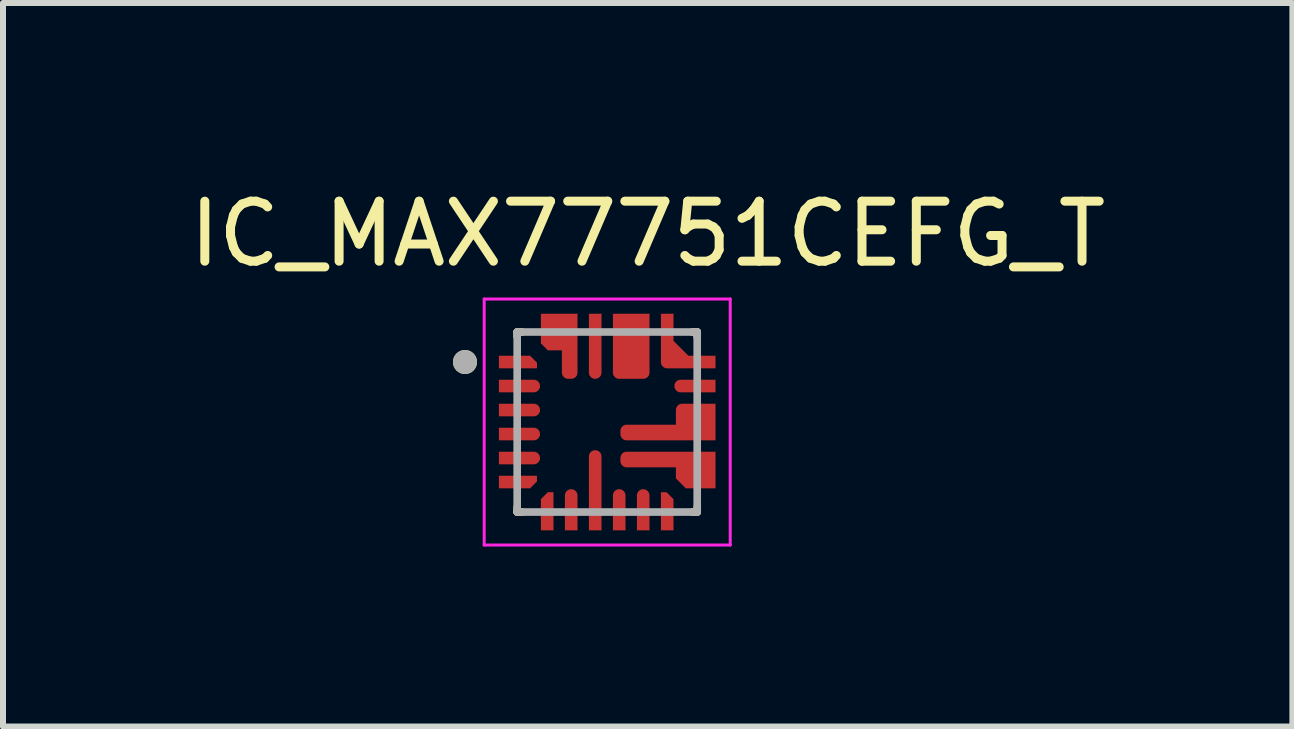
<source format=kicad_pcb>
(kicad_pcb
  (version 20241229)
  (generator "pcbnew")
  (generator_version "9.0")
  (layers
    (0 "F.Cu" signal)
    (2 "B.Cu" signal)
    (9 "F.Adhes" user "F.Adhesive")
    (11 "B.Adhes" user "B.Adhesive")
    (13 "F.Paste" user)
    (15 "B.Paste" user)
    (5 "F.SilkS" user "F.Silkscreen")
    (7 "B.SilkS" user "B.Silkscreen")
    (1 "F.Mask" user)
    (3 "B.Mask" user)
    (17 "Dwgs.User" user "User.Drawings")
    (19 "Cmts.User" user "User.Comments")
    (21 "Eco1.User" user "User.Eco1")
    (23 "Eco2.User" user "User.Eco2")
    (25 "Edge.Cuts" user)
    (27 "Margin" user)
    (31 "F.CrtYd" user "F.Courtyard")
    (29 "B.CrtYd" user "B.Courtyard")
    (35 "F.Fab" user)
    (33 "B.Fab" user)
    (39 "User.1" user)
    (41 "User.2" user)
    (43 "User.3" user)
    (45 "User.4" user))
  (footprint "IC_MAX77751CEFG_T"
    (layer "F.Cu")
    (at 7.069 3.983)
    (property "Reference" "IC_MAX77751CEFG_T" (at 0.675 -3.135 0) (layer "F.SilkS") (effects (font (size 1 1) (thickness 0.15))))
    (attr smd)
    (fp_poly (pts (xy -1.85 -0.85) (xy -1.125 -0.85) (xy -1.125 -1.013) (xy -1.262 -1.15) (xy -1.85 -1.15)) (stroke (width 0.01) (type solid)) (fill yes) (layer "F.Mask"))
    (fp_poly (pts (xy -1.85 0.85) (xy -1.125 0.85) (xy -1.125 1.013) (xy -1.262 1.15) (xy -1.85 1.15)) (stroke (width 0.01) (type solid)) (fill yes) (layer "F.Mask"))
    (fp_poly (pts (xy -0.85 1.85) (xy -0.85 1.125) (xy -1.013 1.125) (xy -1.15 1.262) (xy -1.15 1.85)) (stroke (width 0.01) (type solid)) (fill yes) (layer "F.Mask"))
    (fp_poly (pts (xy 0.85 1.85) (xy 0.85 1.125) (xy 1.013 1.125) (xy 1.15 1.262) (xy 1.15 1.85)) (stroke (width 0.01) (type solid)) (fill yes) (layer "F.Mask"))
    (fp_poly (pts (xy 1.85 -0.85) (xy 1 -0.85) (xy 0.992 -0.85) (xy 0.984 -0.851) (xy 0.977 -0.852) (xy 0.969 -0.853) (xy 0.961 -0.855) (xy 0.954 -0.857) (xy 0.946 -0.86) (xy 0.939 -0.863) (xy 0.932 -0.866) (xy 0.925 -0.87) (xy 0.918 -0.874) (xy 0.912 -0.879) (xy 0.906 -0.883) (xy 0.9 -0.889) (xy 0.894 -0.894) (xy 0.889 -0.9) (xy 0.883 -0.906) (xy 0.879 -0.912) (xy 0.874 -0.918) (xy 0.87 -0.925) (xy 0.866 -0.932) (xy 0.863 -0.939) (xy 0.86 -0.946) (xy 0.857 -0.954) (xy 0.855 -0.961) (xy 0.853 -0.969) (xy 0.852 -0.977) (xy 0.851 -0.984) (xy 0.85 -0.992) (xy 0.85 -1) (xy 0.85 -1.85) (xy 1.15 -1.85) (xy 1.15 -1.375) (xy 1.375 -1.15) (xy 1.85 -1.15) (xy 1.85 -0.85)) (stroke (width 0.01) (type solid)) (fill yes) (layer "F.Mask"))
    (fp_poly (pts (xy -1.85 -0.75) (xy -1.225 -0.75) (xy -1.217 -0.75) (xy -1.209 -0.749) (xy -1.202 -0.748) (xy -1.194 -0.747) (xy -1.186 -0.745) (xy -1.179 -0.743) (xy -1.171 -0.74) (xy -1.164 -0.737) (xy -1.157 -0.734) (xy -1.15 -0.73) (xy -1.143 -0.726) (xy -1.137 -0.721) (xy -1.131 -0.717) (xy -1.125 -0.711) (xy -1.119 -0.706) (xy -1.114 -0.7) (xy -1.108 -0.694) (xy -1.104 -0.688) (xy -1.099 -0.682) (xy -1.095 -0.675) (xy -1.091 -0.668) (xy -1.088 -0.661) (xy -1.085 -0.654) (xy -1.082 -0.646) (xy -1.08 -0.639) (xy -1.078 -0.631) (xy -1.077 -0.623) (xy -1.076 -0.616) (xy -1.075 -0.608) (xy -1.075 -0.6) (xy -1.075 -0.592) (xy -1.076 -0.584) (xy -1.077 -0.577) (xy -1.078 -0.569) (xy -1.08 -0.561) (xy -1.082 -0.554) (xy -1.085 -0.546) (xy -1.088 -0.539) (xy -1.091 -0.532) (xy -1.095 -0.525) (xy -1.099 -0.518) (xy -1.104 -0.512) (xy -1.108 -0.506) (xy -1.114 -0.5) (xy -1.119 -0.494) (xy -1.125 -0.489) (xy -1.131 -0.483) (xy -1.137 -0.479) (xy -1.143 -0.474) (xy -1.15 -0.47) (xy -1.157 -0.466) (xy -1.164 -0.463) (xy -1.171 -0.46) (xy -1.179 -0.457) (xy -1.186 -0.455) (xy -1.194 -0.453) (xy -1.202 -0.452) (xy -1.209 -0.451) (xy -1.217 -0.45) (xy -1.225 -0.45) (xy -1.85 -0.45) (xy -1.85 -0.75)) (stroke (width 0.01) (type solid)) (fill yes) (layer "F.Mask"))
    (fp_poly (pts (xy -1.85 -0.35) (xy -1.225 -0.35) (xy -1.217 -0.35) (xy -1.209 -0.349) (xy -1.202 -0.348) (xy -1.194 -0.347) (xy -1.186 -0.345) (xy -1.179 -0.343) (xy -1.171 -0.34) (xy -1.164 -0.337) (xy -1.157 -0.334) (xy -1.15 -0.33) (xy -1.143 -0.326) (xy -1.137 -0.321) (xy -1.131 -0.317) (xy -1.125 -0.311) (xy -1.119 -0.306) (xy -1.114 -0.3) (xy -1.108 -0.294) (xy -1.104 -0.288) (xy -1.099 -0.282) (xy -1.095 -0.275) (xy -1.091 -0.268) (xy -1.088 -0.261) (xy -1.085 -0.254) (xy -1.082 -0.246) (xy -1.08 -0.239) (xy -1.078 -0.231) (xy -1.077 -0.223) (xy -1.076 -0.216) (xy -1.075 -0.208) (xy -1.075 -0.2) (xy -1.075 -0.192) (xy -1.076 -0.184) (xy -1.077 -0.177) (xy -1.078 -0.169) (xy -1.08 -0.161) (xy -1.082 -0.154) (xy -1.085 -0.146) (xy -1.088 -0.139) (xy -1.091 -0.132) (xy -1.095 -0.125) (xy -1.099 -0.118) (xy -1.104 -0.112) (xy -1.108 -0.106) (xy -1.114 -0.1) (xy -1.119 -0.094) (xy -1.125 -0.089) (xy -1.131 -0.083) (xy -1.137 -0.079) (xy -1.143 -0.074) (xy -1.15 -0.07) (xy -1.157 -0.066) (xy -1.164 -0.063) (xy -1.171 -0.06) (xy -1.179 -0.057) (xy -1.186 -0.055) (xy -1.194 -0.053) (xy -1.202 -0.052) (xy -1.209 -0.051) (xy -1.217 -0.05) (xy -1.225 -0.05) (xy -1.85 -0.05) (xy -1.85 -0.35)) (stroke (width 0.01) (type solid)) (fill yes) (layer "F.Mask"))
    (fp_poly (pts (xy -1.85 0.05) (xy -1.225 0.05) (xy -1.217 0.05) (xy -1.209 0.051) (xy -1.202 0.052) (xy -1.194 0.053) (xy -1.186 0.055) (xy -1.179 0.057) (xy -1.171 0.06) (xy -1.164 0.063) (xy -1.157 0.066) (xy -1.15 0.07) (xy -1.143 0.074) (xy -1.137 0.079) (xy -1.131 0.083) (xy -1.125 0.089) (xy -1.119 0.094) (xy -1.114 0.1) (xy -1.108 0.106) (xy -1.104 0.112) (xy -1.099 0.118) (xy -1.095 0.125) (xy -1.091 0.132) (xy -1.088 0.139) (xy -1.085 0.146) (xy -1.082 0.154) (xy -1.08 0.161) (xy -1.078 0.169) (xy -1.077 0.177) (xy -1.076 0.184) (xy -1.075 0.192) (xy -1.075 0.2) (xy -1.075 0.208) (xy -1.076 0.216) (xy -1.077 0.223) (xy -1.078 0.231) (xy -1.08 0.239) (xy -1.082 0.246) (xy -1.085 0.254) (xy -1.088 0.261) (xy -1.091 0.268) (xy -1.095 0.275) (xy -1.099 0.282) (xy -1.104 0.288) (xy -1.108 0.294) (xy -1.114 0.3) (xy -1.119 0.306) (xy -1.125 0.311) (xy -1.131 0.317) (xy -1.137 0.321) (xy -1.143 0.326) (xy -1.15 0.33) (xy -1.157 0.334) (xy -1.164 0.337) (xy -1.171 0.34) (xy -1.179 0.343) (xy -1.186 0.345) (xy -1.194 0.347) (xy -1.202 0.348) (xy -1.209 0.349) (xy -1.217 0.35) (xy -1.225 0.35) (xy -1.85 0.35) (xy -1.85 0.05)) (stroke (width 0.01) (type solid)) (fill yes) (layer "F.Mask"))
    (fp_poly (pts (xy -1.85 0.45) (xy -1.225 0.45) (xy -1.217 0.45) (xy -1.209 0.451) (xy -1.202 0.452) (xy -1.194 0.453) (xy -1.186 0.455) (xy -1.179 0.457) (xy -1.171 0.46) (xy -1.164 0.463) (xy -1.157 0.466) (xy -1.15 0.47) (xy -1.143 0.474) (xy -1.137 0.479) (xy -1.131 0.483) (xy -1.125 0.489) (xy -1.119 0.494) (xy -1.114 0.5) (xy -1.108 0.506) (xy -1.104 0.512) (xy -1.099 0.518) (xy -1.095 0.525) (xy -1.091 0.532) (xy -1.088 0.539) (xy -1.085 0.546) (xy -1.082 0.554) (xy -1.08 0.561) (xy -1.078 0.569) (xy -1.077 0.577) (xy -1.076 0.584) (xy -1.075 0.592) (xy -1.075 0.6) (xy -1.075 0.608) (xy -1.076 0.616) (xy -1.077 0.623) (xy -1.078 0.631) (xy -1.08 0.639) (xy -1.082 0.646) (xy -1.085 0.654) (xy -1.088 0.661) (xy -1.091 0.668) (xy -1.095 0.675) (xy -1.099 0.682) (xy -1.104 0.688) (xy -1.108 0.694) (xy -1.114 0.7) (xy -1.119 0.706) (xy -1.125 0.711) (xy -1.131 0.717) (xy -1.137 0.721) (xy -1.143 0.726) (xy -1.15 0.73) (xy -1.157 0.734) (xy -1.164 0.737) (xy -1.171 0.74) (xy -1.179 0.743) (xy -1.186 0.745) (xy -1.194 0.747) (xy -1.202 0.748) (xy -1.209 0.749) (xy -1.217 0.75) (xy -1.225 0.75) (xy -1.85 0.75) (xy -1.85 0.45)) (stroke (width 0.01) (type solid)) (fill yes) (layer "F.Mask"))
    (fp_poly (pts (xy -0.75 1.85) (xy -0.75 1.225) (xy -0.75 1.217) (xy -0.749 1.209) (xy -0.748 1.202) (xy -0.747 1.194) (xy -0.745 1.186) (xy -0.743 1.179) (xy -0.74 1.171) (xy -0.737 1.164) (xy -0.734 1.157) (xy -0.73 1.15) (xy -0.726 1.143) (xy -0.721 1.137) (xy -0.717 1.131) (xy -0.711 1.125) (xy -0.706 1.119) (xy -0.7 1.114) (xy -0.694 1.108) (xy -0.688 1.104) (xy -0.682 1.099) (xy -0.675 1.095) (xy -0.668 1.091) (xy -0.661 1.088) (xy -0.654 1.085) (xy -0.646 1.082) (xy -0.639 1.08) (xy -0.631 1.078) (xy -0.623 1.077) (xy -0.616 1.076) (xy -0.608 1.075) (xy -0.6 1.075) (xy -0.592 1.075) (xy -0.584 1.076) (xy -0.577 1.077) (xy -0.569 1.078) (xy -0.561 1.08) (xy -0.554 1.082) (xy -0.546 1.085) (xy -0.539 1.088) (xy -0.532 1.091) (xy -0.525 1.095) (xy -0.518 1.099) (xy -0.512 1.104) (xy -0.506 1.108) (xy -0.5 1.114) (xy -0.494 1.119) (xy -0.489 1.125) (xy -0.483 1.131) (xy -0.479 1.137) (xy -0.474 1.143) (xy -0.47 1.15) (xy -0.466 1.157) (xy -0.463 1.164) (xy -0.46 1.171) (xy -0.457 1.179) (xy -0.455 1.186) (xy -0.453 1.194) (xy -0.452 1.202) (xy -0.451 1.209) (xy -0.45 1.217) (xy -0.45 1.225) (xy -0.45 1.85) (xy -0.75 1.85)) (stroke (width 0.01) (type solid)) (fill yes) (layer "F.Mask"))
    (fp_poly (pts (xy -0.35 1.85) (xy -0.35 0.575) (xy -0.35 0.567) (xy -0.349 0.559) (xy -0.348 0.552) (xy -0.347 0.544) (xy -0.345 0.536) (xy -0.343 0.529) (xy -0.34 0.521) (xy -0.337 0.514) (xy -0.334 0.507) (xy -0.33 0.5) (xy -0.326 0.493) (xy -0.321 0.487) (xy -0.317 0.481) (xy -0.311 0.475) (xy -0.306 0.469) (xy -0.3 0.464) (xy -0.294 0.458) (xy -0.288 0.454) (xy -0.282 0.449) (xy -0.275 0.445) (xy -0.268 0.441) (xy -0.261 0.438) (xy -0.254 0.435) (xy -0.246 0.432) (xy -0.239 0.43) (xy -0.231 0.428) (xy -0.223 0.427) (xy -0.216 0.426) (xy -0.208 0.425) (xy -0.2 0.425) (xy -0.192 0.425) (xy -0.184 0.426) (xy -0.177 0.427) (xy -0.169 0.428) (xy -0.161 0.43) (xy -0.154 0.432) (xy -0.146 0.435) (xy -0.139 0.438) (xy -0.132 0.441) (xy -0.125 0.445) (xy -0.118 0.449) (xy -0.112 0.454) (xy -0.106 0.458) (xy -0.1 0.464) (xy -0.094 0.469) (xy -0.089 0.475) (xy -0.083 0.481) (xy -0.079 0.487) (xy -0.074 0.493) (xy -0.07 0.5) (xy -0.066 0.507) (xy -0.063 0.514) (xy -0.06 0.521) (xy -0.057 0.529) (xy -0.055 0.536) (xy -0.053 0.544) (xy -0.052 0.552) (xy -0.051 0.559) (xy -0.05 0.567) (xy -0.05 0.575) (xy -0.05 1.85) (xy -0.35 1.85)) (stroke (width 0.01) (type solid)) (fill yes) (layer "F.Mask"))
    (fp_poly (pts (xy -0.05 -1.85) (xy -0.05 -0.825) (xy -0.05 -0.817) (xy -0.051 -0.809) (xy -0.052 -0.802) (xy -0.053 -0.794) (xy -0.055 -0.786) (xy -0.057 -0.779) (xy -0.06 -0.771) (xy -0.063 -0.764) (xy -0.066 -0.757) (xy -0.07 -0.75) (xy -0.074 -0.743) (xy -0.079 -0.737) (xy -0.083 -0.731) (xy -0.089 -0.725) (xy -0.094 -0.719) (xy -0.1 -0.714) (xy -0.106 -0.708) (xy -0.112 -0.704) (xy -0.118 -0.699) (xy -0.125 -0.695) (xy -0.132 -0.691) (xy -0.139 -0.688) (xy -0.146 -0.685) (xy -0.154 -0.682) (xy -0.161 -0.68) (xy -0.169 -0.678) (xy -0.177 -0.677) (xy -0.184 -0.676) (xy -0.192 -0.675) (xy -0.2 -0.675) (xy -0.208 -0.675) (xy -0.216 -0.676) (xy -0.223 -0.677) (xy -0.231 -0.678) (xy -0.239 -0.68) (xy -0.246 -0.682) (xy -0.254 -0.685) (xy -0.261 -0.688) (xy -0.268 -0.691) (xy -0.275 -0.695) (xy -0.282 -0.699) (xy -0.288 -0.704) (xy -0.294 -0.708) (xy -0.3 -0.714) (xy -0.306 -0.719) (xy -0.311 -0.725) (xy -0.317 -0.731) (xy -0.321 -0.737) (xy -0.326 -0.743) (xy -0.33 -0.75) (xy -0.334 -0.757) (xy -0.337 -0.764) (xy -0.34 -0.771) (xy -0.343 -0.779) (xy -0.345 -0.786) (xy -0.347 -0.794) (xy -0.348 -0.802) (xy -0.349 -0.809) (xy -0.35 -0.817) (xy -0.35 -0.825) (xy -0.35 -1.85) (xy -0.05 -1.85)) (stroke (width 0.01) (type solid)) (fill yes) (layer "F.Mask"))
    (fp_poly (pts (xy 0.05 1.85) (xy 0.05 1.225) (xy 0.05 1.217) (xy 0.051 1.209) (xy 0.052 1.202) (xy 0.053 1.194) (xy 0.055 1.186) (xy 0.057 1.179) (xy 0.06 1.171) (xy 0.063 1.164) (xy 0.066 1.157) (xy 0.07 1.15) (xy 0.074 1.143) (xy 0.079 1.137) (xy 0.083 1.131) (xy 0.089 1.125) (xy 0.094 1.119) (xy 0.1 1.114) (xy 0.106 1.108) (xy 0.112 1.104) (xy 0.118 1.099) (xy 0.125 1.095) (xy 0.132 1.091) (xy 0.139 1.088) (xy 0.146 1.085) (xy 0.154 1.082) (xy 0.161 1.08) (xy 0.169 1.078) (xy 0.177 1.077) (xy 0.184 1.076) (xy 0.192 1.075) (xy 0.2 1.075) (xy 0.208 1.075) (xy 0.216 1.076) (xy 0.223 1.077) (xy 0.231 1.078) (xy 0.239 1.08) (xy 0.246 1.082) (xy 0.254 1.085) (xy 0.261 1.088) (xy 0.268 1.091) (xy 0.275 1.095) (xy 0.282 1.099) (xy 0.288 1.104) (xy 0.294 1.108) (xy 0.3 1.114) (xy 0.306 1.119) (xy 0.311 1.125) (xy 0.317 1.131) (xy 0.321 1.137) (xy 0.326 1.143) (xy 0.33 1.15) (xy 0.334 1.157) (xy 0.337 1.164) (xy 0.34 1.171) (xy 0.343 1.179) (xy 0.345 1.186) (xy 0.347 1.194) (xy 0.348 1.202) (xy 0.349 1.209) (xy 0.35 1.217) (xy 0.35 1.225) (xy 0.35 1.85) (xy 0.05 1.85)) (stroke (width 0.01) (type solid)) (fill yes) (layer "F.Mask"))
    (fp_poly (pts (xy 0.45 1.85) (xy 0.45 1.225) (xy 0.45 1.217) (xy 0.451 1.209) (xy 0.452 1.202) (xy 0.453 1.194) (xy 0.455 1.186) (xy 0.457 1.179) (xy 0.46 1.171) (xy 0.463 1.164) (xy 0.466 1.157) (xy 0.47 1.15) (xy 0.474 1.143) (xy 0.479 1.137) (xy 0.483 1.131) (xy 0.489 1.125) (xy 0.494 1.119) (xy 0.5 1.114) (xy 0.506 1.108) (xy 0.512 1.104) (xy 0.518 1.099) (xy 0.525 1.095) (xy 0.532 1.091) (xy 0.539 1.088) (xy 0.546 1.085) (xy 0.554 1.082) (xy 0.561 1.08) (xy 0.569 1.078) (xy 0.577 1.077) (xy 0.584 1.076) (xy 0.592 1.075) (xy 0.6 1.075) (xy 0.608 1.075) (xy 0.616 1.076) (xy 0.623 1.077) (xy 0.631 1.078) (xy 0.639 1.08) (xy 0.646 1.082) (xy 0.654 1.085) (xy 0.661 1.088) (xy 0.668 1.091) (xy 0.675 1.095) (xy 0.682 1.099) (xy 0.688 1.104) (xy 0.694 1.108) (xy 0.7 1.114) (xy 0.706 1.119) (xy 0.711 1.125) (xy 0.717 1.131) (xy 0.721 1.137) (xy 0.726 1.143) (xy 0.73 1.15) (xy 0.734 1.157) (xy 0.737 1.164) (xy 0.74 1.171) (xy 0.743 1.179) (xy 0.745 1.186) (xy 0.747 1.194) (xy 0.748 1.202) (xy 0.749 1.209) (xy 0.75 1.217) (xy 0.75 1.225) (xy 0.75 1.85) (xy 0.45 1.85)) (stroke (width 0.01) (type solid)) (fill yes) (layer "F.Mask"))
    (fp_poly (pts (xy 1.85 -0.45) (xy 1.225 -0.45) (xy 1.217 -0.45) (xy 1.209 -0.451) (xy 1.202 -0.452) (xy 1.194 -0.453) (xy 1.186 -0.455) (xy 1.179 -0.457) (xy 1.171 -0.46) (xy 1.164 -0.463) (xy 1.157 -0.466) (xy 1.15 -0.47) (xy 1.143 -0.474) (xy 1.137 -0.479) (xy 1.131 -0.483) (xy 1.125 -0.489) (xy 1.119 -0.494) (xy 1.114 -0.5) (xy 1.108 -0.506) (xy 1.104 -0.512) (xy 1.099 -0.518) (xy 1.095 -0.525) (xy 1.091 -0.532) (xy 1.088 -0.539) (xy 1.085 -0.546) (xy 1.082 -0.554) (xy 1.08 -0.561) (xy 1.078 -0.569) (xy 1.077 -0.577) (xy 1.076 -0.584) (xy 1.075 -0.592) (xy 1.075 -0.6) (xy 1.075 -0.608) (xy 1.076 -0.616) (xy 1.077 -0.623) (xy 1.078 -0.631) (xy 1.08 -0.639) (xy 1.082 -0.646) (xy 1.085 -0.654) (xy 1.088 -0.661) (xy 1.091 -0.668) (xy 1.095 -0.675) (xy 1.099 -0.682) (xy 1.104 -0.688) (xy 1.108 -0.694) (xy 1.114 -0.7) (xy 1.119 -0.706) (xy 1.125 -0.711) (xy 1.131 -0.717) (xy 1.137 -0.721) (xy 1.143 -0.726) (xy 1.15 -0.73) (xy 1.157 -0.734) (xy 1.164 -0.737) (xy 1.171 -0.74) (xy 1.179 -0.743) (xy 1.186 -0.745) (xy 1.194 -0.747) (xy 1.202 -0.748) (xy 1.209 -0.749) (xy 1.217 -0.75) (xy 1.225 -0.75) (xy 1.85 -0.75) (xy 1.85 -0.45)) (stroke (width 0.01) (type solid)) (fill yes) (layer "F.Mask"))
    (fp_poly (pts (xy 0.75 -1.85) (xy 0.75 -0.825) (xy 0.75 -0.817) (xy 0.749 -0.809) (xy 0.748 -0.802) (xy 0.747 -0.794) (xy 0.745 -0.786) (xy 0.743 -0.779) (xy 0.74 -0.771) (xy 0.737 -0.764) (xy 0.734 -0.757) (xy 0.73 -0.75) (xy 0.726 -0.743) (xy 0.721 -0.737) (xy 0.717 -0.731) (xy 0.711 -0.725) (xy 0.706 -0.719) (xy 0.7 -0.714) (xy 0.694 -0.708) (xy 0.688 -0.704) (xy 0.682 -0.699) (xy 0.675 -0.695) (xy 0.668 -0.691) (xy 0.661 -0.688) (xy 0.654 -0.685) (xy 0.646 -0.682) (xy 0.639 -0.68) (xy 0.631 -0.678) (xy 0.623 -0.677) (xy 0.616 -0.676) (xy 0.608 -0.675) (xy 0.6 -0.675) (xy 0.2 -0.675) (xy 0.192 -0.675) (xy 0.184 -0.676) (xy 0.177 -0.677) (xy 0.169 -0.678) (xy 0.161 -0.68) (xy 0.154 -0.682) (xy 0.146 -0.685) (xy 0.139 -0.688) (xy 0.132 -0.691) (xy 0.125 -0.695) (xy 0.118 -0.699) (xy 0.112 -0.704) (xy 0.106 -0.708) (xy 0.1 -0.714) (xy 0.094 -0.719) (xy 0.089 -0.725) (xy 0.083 -0.731) (xy 0.079 -0.737) (xy 0.074 -0.743) (xy 0.07 -0.75) (xy 0.066 -0.757) (xy 0.063 -0.764) (xy 0.06 -0.771) (xy 0.057 -0.779) (xy 0.055 -0.786) (xy 0.053 -0.794) (xy 0.052 -0.802) (xy 0.051 -0.809) (xy 0.05 -0.817) (xy 0.05 -0.825) (xy 0.05 -1.85) (xy 0.75 -1.85)) (stroke (width 0.01) (type solid)) (fill yes) (layer "F.Mask"))
    (fp_poly (pts (xy -0.45 -1.85) (xy -0.45 -0.825) (xy -0.45 -0.817) (xy -0.451 -0.809) (xy -0.452 -0.802) (xy -0.453 -0.794) (xy -0.455 -0.786) (xy -0.457 -0.779) (xy -0.46 -0.771) (xy -0.463 -0.764) (xy -0.466 -0.757) (xy -0.47 -0.75) (xy -0.474 -0.743) (xy -0.479 -0.737) (xy -0.483 -0.731) (xy -0.489 -0.725) (xy -0.494 -0.719) (xy -0.5 -0.714) (xy -0.506 -0.708) (xy -0.512 -0.704) (xy -0.518 -0.699) (xy -0.525 -0.695) (xy -0.532 -0.691) (xy -0.539 -0.688) (xy -0.546 -0.685) (xy -0.554 -0.682) (xy -0.561 -0.68) (xy -0.569 -0.678) (xy -0.577 -0.677) (xy -0.584 -0.676) (xy -0.592 -0.675) (xy -0.6 -0.675) (xy -0.65 -0.675) (xy -0.658 -0.675) (xy -0.666 -0.676) (xy -0.673 -0.677) (xy -0.681 -0.678) (xy -0.689 -0.68) (xy -0.696 -0.682) (xy -0.704 -0.685) (xy -0.711 -0.688) (xy -0.718 -0.691) (xy -0.725 -0.695) (xy -0.732 -0.699) (xy -0.738 -0.704) (xy -0.744 -0.708) (xy -0.75 -0.714) (xy -0.756 -0.719) (xy -0.761 -0.725) (xy -0.767 -0.731) (xy -0.771 -0.737) (xy -0.776 -0.743) (xy -0.78 -0.75) (xy -0.784 -0.757) (xy -0.787 -0.764) (xy -0.79 -0.771) (xy -0.793 -0.779) (xy -0.795 -0.786) (xy -0.797 -0.794) (xy -0.798 -0.802) (xy -0.799 -0.809) (xy -0.8 -0.817) (xy -0.8 -0.825) (xy -0.8 -1.15) (xy -1.013 -1.15) (xy -1.15 -1.287) (xy -1.15 -1.85) (xy -0.45 -1.85)) (stroke (width 0.01) (type solid)) (fill yes) (layer "F.Mask"))
    (fp_poly (pts (xy 1.85 1.15) (xy 1.287 1.15) (xy 1.1 0.963) (xy 1.1 0.8) (xy 0.325 0.8) (xy 0.317 0.8) (xy 0.309 0.799) (xy 0.302 0.798) (xy 0.294 0.797) (xy 0.286 0.795) (xy 0.279 0.793) (xy 0.271 0.79) (xy 0.264 0.787) (xy 0.257 0.784) (xy 0.25 0.78) (xy 0.243 0.776) (xy 0.237 0.771) (xy 0.231 0.767) (xy 0.225 0.761) (xy 0.219 0.756) (xy 0.214 0.75) (xy 0.208 0.744) (xy 0.204 0.738) (xy 0.199 0.732) (xy 0.195 0.725) (xy 0.191 0.718) (xy 0.188 0.711) (xy 0.185 0.704) (xy 0.182 0.696) (xy 0.18 0.689) (xy 0.178 0.681) (xy 0.177 0.673) (xy 0.176 0.666) (xy 0.175 0.658) (xy 0.175 0.65) (xy 0.175 0.6) (xy 0.175 0.592) (xy 0.176 0.584) (xy 0.177 0.577) (xy 0.178 0.569) (xy 0.18 0.561) (xy 0.182 0.554) (xy 0.185 0.546) (xy 0.188 0.539) (xy 0.191 0.532) (xy 0.195 0.525) (xy 0.199 0.518) (xy 0.204 0.512) (xy 0.208 0.506) (xy 0.214 0.5) (xy 0.219 0.494) (xy 0.225 0.489) (xy 0.231 0.483) (xy 0.237 0.479) (xy 0.243 0.474) (xy 0.25 0.47) (xy 0.257 0.466) (xy 0.264 0.463) (xy 0.271 0.46) (xy 0.279 0.457) (xy 0.286 0.455) (xy 0.294 0.453) (xy 0.302 0.452) (xy 0.309 0.451) (xy 0.317 0.45) (xy 0.325 0.45) (xy 1.85 0.45) (xy 1.85 1.15)) (stroke (width 0.01) (type solid)) (fill yes) (layer "F.Mask"))
    (fp_poly (pts (xy 1.85 0.35) (xy 0.325 0.35) (xy 0.317 0.35) (xy 0.309 0.349) (xy 0.302 0.348) (xy 0.294 0.347) (xy 0.286 0.345) (xy 0.279 0.343) (xy 0.271 0.34) (xy 0.264 0.337) (xy 0.257 0.334) (xy 0.25 0.33) (xy 0.243 0.326) (xy 0.237 0.321) (xy 0.231 0.317) (xy 0.225 0.311) (xy 0.219 0.306) (xy 0.214 0.3) (xy 0.208 0.294) (xy 0.204 0.288) (xy 0.199 0.282) (xy 0.195 0.275) (xy 0.191 0.268) (xy 0.188 0.261) (xy 0.185 0.254) (xy 0.182 0.246) (xy 0.18 0.239) (xy 0.178 0.231) (xy 0.177 0.223) (xy 0.176 0.216) (xy 0.175 0.208) (xy 0.175 0.2) (xy 0.175 0.15) (xy 0.175 0.142) (xy 0.176 0.134) (xy 0.177 0.127) (xy 0.178 0.119) (xy 0.18 0.111) (xy 0.182 0.104) (xy 0.185 0.096) (xy 0.188 0.089) (xy 0.191 0.082) (xy 0.195 0.075) (xy 0.199 0.068) (xy 0.204 0.062) (xy 0.208 0.056) (xy 0.214 0.05) (xy 0.219 0.044) (xy 0.225 0.039) (xy 0.231 0.033) (xy 0.237 0.029) (xy 0.243 0.024) (xy 0.25 0.02) (xy 0.257 0.016) (xy 0.264 0.013) (xy 0.271 0.01) (xy 0.279 0.007) (xy 0.286 0.005) (xy 0.294 0.003) (xy 0.302 0.002) (xy 0.309 0.001) (xy 0.317 0) (xy 0.325 0) (xy 1.1 0) (xy 1.1 -0.2) (xy 1.1 -0.208) (xy 1.101 -0.216) (xy 1.102 -0.223) (xy 1.103 -0.231) (xy 1.105 -0.239) (xy 1.107 -0.246) (xy 1.11 -0.254) (xy 1.113 -0.261) (xy 1.116 -0.268) (xy 1.12 -0.275) (xy 1.124 -0.282) (xy 1.129 -0.288) (xy 1.133 -0.294) (xy 1.139 -0.3) (xy 1.144 -0.306) (xy 1.15 -0.311) (xy 1.156 -0.317) (xy 1.162 -0.321) (xy 1.168 -0.326) (xy 1.175 -0.33) (xy 1.182 -0.334) (xy 1.189 -0.337) (xy 1.196 -0.34) (xy 1.204 -0.343) (xy 1.211 -0.345) (xy 1.219 -0.347) (xy 1.227 -0.348) (xy 1.234 -0.349) (xy 1.242 -0.35) (xy 1.25 -0.35) (xy 1.85 -0.35) (xy 1.85 0.35)) (stroke (width 0.01) (type solid)) (fill yes) (layer "F.Mask"))
    (fp_line (start -1.5 -1.5) (end -1.5 -1.42) (stroke (width 0.127) (type solid)) (layer "F.SilkS"))
    (fp_line (start -1.5 -1.5) (end -1.42 -1.5) (stroke (width 0.127) (type solid)) (layer "F.SilkS"))
    (fp_line (start -1.5 1.5) (end -1.5 1.42) (stroke (width 0.127) (type solid)) (layer "F.SilkS"))
    (fp_line (start -1.5 1.5) (end -1.42 1.5) (stroke (width 0.127) (type solid)) (layer "F.SilkS"))
    (fp_line (start 1.5 -1.5) (end 1.42 -1.5) (stroke (width 0.127) (type solid)) (layer "F.SilkS"))
    (fp_line (start 1.5 -1.5) (end 1.5 -1.42) (stroke (width 0.127) (type solid)) (layer "F.SilkS"))
    (fp_line (start 1.5 1.5) (end 1.42 1.5) (stroke (width 0.127) (type solid)) (layer "F.SilkS"))
    (fp_line (start 1.5 1.5) (end 1.5 1.42) (stroke (width 0.127) (type solid)) (layer "F.SilkS"))
    (fp_circle (center -2.37 -1) (end -2.27 -1) (stroke (width 0.2) (type solid)) (fill no) (layer "F.SilkS"))
    (fp_poly (pts (xy -1.8 -0.9) (xy -1.175 -0.9) (xy -1.175 -0.988) (xy -1.287 -1.1) (xy -1.8 -1.1)) (stroke (width 0.01) (type solid)) (fill yes) (layer "F.Paste"))
    (fp_poly (pts (xy -1.8 0.9) (xy -1.175 0.9) (xy -1.175 0.988) (xy -1.287 1.1) (xy -1.8 1.1)) (stroke (width 0.01) (type solid)) (fill yes) (layer "F.Paste"))
    (fp_poly (pts (xy -0.9 1.8) (xy -0.9 1.175) (xy -0.988 1.175) (xy -1.1 1.287) (xy -1.1 1.8)) (stroke (width 0.01) (type solid)) (fill yes) (layer "F.Paste"))
    (fp_poly (pts (xy 0.9 1.8) (xy 0.9 1.175) (xy 0.988 1.175) (xy 1.1 1.287) (xy 1.1 1.8)) (stroke (width 0.01) (type solid)) (fill yes) (layer "F.Paste"))
    (fp_poly (pts (xy 1.8 -0.9) (xy 1 -0.9) (xy 0.995 -0.9) (xy 0.99 -0.901) (xy 0.984 -0.901) (xy 0.979 -0.902) (xy 0.974 -0.903) (xy 0.969 -0.905) (xy 0.964 -0.907) (xy 0.959 -0.909) (xy 0.955 -0.911) (xy 0.95 -0.913) (xy 0.946 -0.916) (xy 0.941 -0.919) (xy 0.937 -0.922) (xy 0.933 -0.926) (xy 0.929 -0.929) (xy 0.926 -0.933) (xy 0.922 -0.937) (xy 0.919 -0.941) (xy 0.916 -0.946) (xy 0.913 -0.95) (xy 0.911 -0.955) (xy 0.909 -0.959) (xy 0.907 -0.964) (xy 0.905 -0.969) (xy 0.903 -0.974) (xy 0.902 -0.979) (xy 0.901 -0.984) (xy 0.901 -0.99) (xy 0.9 -0.995) (xy 0.9 -1) (xy 0.9 -1.8) (xy 1.1 -1.8) (xy 1.1 -1.35) (xy 1.35 -1.1) (xy 1.8 -1.1) (xy 1.8 -0.9)) (stroke (width 0.01) (type solid)) (fill yes) (layer "F.Paste"))
    (fp_poly (pts (xy -1.8 -0.7) (xy -1.225 -0.7) (xy -1.22 -0.7) (xy -1.215 -0.699) (xy -1.209 -0.699) (xy -1.204 -0.698) (xy -1.199 -0.697) (xy -1.194 -0.695) (xy -1.189 -0.693) (xy -1.184 -0.691) (xy -1.18 -0.689) (xy -1.175 -0.687) (xy -1.171 -0.684) (xy -1.166 -0.681) (xy -1.162 -0.678) (xy -1.158 -0.674) (xy -1.154 -0.671) (xy -1.151 -0.667) (xy -1.147 -0.663) (xy -1.144 -0.659) (xy -1.141 -0.654) (xy -1.138 -0.65) (xy -1.136 -0.645) (xy -1.134 -0.641) (xy -1.132 -0.636) (xy -1.13 -0.631) (xy -1.128 -0.626) (xy -1.127 -0.621) (xy -1.126 -0.616) (xy -1.126 -0.61) (xy -1.125 -0.605) (xy -1.125 -0.6) (xy -1.125 -0.595) (xy -1.126 -0.59) (xy -1.126 -0.584) (xy -1.127 -0.579) (xy -1.128 -0.574) (xy -1.13 -0.569) (xy -1.132 -0.564) (xy -1.134 -0.559) (xy -1.136 -0.555) (xy -1.138 -0.55) (xy -1.141 -0.546) (xy -1.144 -0.541) (xy -1.147 -0.537) (xy -1.151 -0.533) (xy -1.154 -0.529) (xy -1.158 -0.526) (xy -1.162 -0.522) (xy -1.166 -0.519) (xy -1.171 -0.516) (xy -1.175 -0.513) (xy -1.18 -0.511) (xy -1.184 -0.509) (xy -1.189 -0.507) (xy -1.194 -0.505) (xy -1.199 -0.503) (xy -1.204 -0.502) (xy -1.209 -0.501) (xy -1.215 -0.501) (xy -1.22 -0.5) (xy -1.225 -0.5) (xy -1.8 -0.5) (xy -1.8 -0.7)) (stroke (width 0.01) (type solid)) (fill yes) (layer "F.Paste"))
    (fp_poly (pts (xy -1.8 -0.3) (xy -1.225 -0.3) (xy -1.22 -0.3) (xy -1.215 -0.299) (xy -1.209 -0.299) (xy -1.204 -0.298) (xy -1.199 -0.297) (xy -1.194 -0.295) (xy -1.189 -0.293) (xy -1.184 -0.291) (xy -1.18 -0.289) (xy -1.175 -0.287) (xy -1.171 -0.284) (xy -1.166 -0.281) (xy -1.162 -0.278) (xy -1.158 -0.274) (xy -1.154 -0.271) (xy -1.151 -0.267) (xy -1.147 -0.263) (xy -1.144 -0.259) (xy -1.141 -0.254) (xy -1.138 -0.25) (xy -1.136 -0.245) (xy -1.134 -0.241) (xy -1.132 -0.236) (xy -1.13 -0.231) (xy -1.128 -0.226) (xy -1.127 -0.221) (xy -1.126 -0.216) (xy -1.126 -0.21) (xy -1.125 -0.205) (xy -1.125 -0.2) (xy -1.125 -0.195) (xy -1.126 -0.19) (xy -1.126 -0.184) (xy -1.127 -0.179) (xy -1.128 -0.174) (xy -1.13 -0.169) (xy -1.132 -0.164) (xy -1.134 -0.159) (xy -1.136 -0.155) (xy -1.138 -0.15) (xy -1.141 -0.146) (xy -1.144 -0.141) (xy -1.147 -0.137) (xy -1.151 -0.133) (xy -1.154 -0.129) (xy -1.158 -0.126) (xy -1.162 -0.122) (xy -1.166 -0.119) (xy -1.171 -0.116) (xy -1.175 -0.113) (xy -1.18 -0.111) (xy -1.184 -0.109) (xy -1.189 -0.107) (xy -1.194 -0.105) (xy -1.199 -0.103) (xy -1.204 -0.102) (xy -1.209 -0.101) (xy -1.215 -0.101) (xy -1.22 -0.1) (xy -1.225 -0.1) (xy -1.8 -0.1) (xy -1.8 -0.3)) (stroke (width 0.01) (type solid)) (fill yes) (layer "F.Paste"))
    (fp_poly (pts (xy -1.8 0.1) (xy -1.225 0.1) (xy -1.22 0.1) (xy -1.215 0.101) (xy -1.209 0.101) (xy -1.204 0.102) (xy -1.199 0.103) (xy -1.194 0.105) (xy -1.189 0.107) (xy -1.184 0.109) (xy -1.18 0.111) (xy -1.175 0.113) (xy -1.171 0.116) (xy -1.166 0.119) (xy -1.162 0.122) (xy -1.158 0.126) (xy -1.154 0.129) (xy -1.151 0.133) (xy -1.147 0.137) (xy -1.144 0.141) (xy -1.141 0.146) (xy -1.138 0.15) (xy -1.136 0.155) (xy -1.134 0.159) (xy -1.132 0.164) (xy -1.13 0.169) (xy -1.128 0.174) (xy -1.127 0.179) (xy -1.126 0.184) (xy -1.126 0.19) (xy -1.125 0.195) (xy -1.125 0.2) (xy -1.125 0.205) (xy -1.126 0.21) (xy -1.126 0.216) (xy -1.127 0.221) (xy -1.128 0.226) (xy -1.13 0.231) (xy -1.132 0.236) (xy -1.134 0.241) (xy -1.136 0.245) (xy -1.138 0.25) (xy -1.141 0.254) (xy -1.144 0.259) (xy -1.147 0.263) (xy -1.151 0.267) (xy -1.154 0.271) (xy -1.158 0.274) (xy -1.162 0.278) (xy -1.166 0.281) (xy -1.171 0.284) (xy -1.175 0.287) (xy -1.18 0.289) (xy -1.184 0.291) (xy -1.189 0.293) (xy -1.194 0.295) (xy -1.199 0.297) (xy -1.204 0.298) (xy -1.209 0.299) (xy -1.215 0.299) (xy -1.22 0.3) (xy -1.225 0.3) (xy -1.8 0.3) (xy -1.8 0.1)) (stroke (width 0.01) (type solid)) (fill yes) (layer "F.Paste"))
    (fp_poly (pts (xy -1.8 0.5) (xy -1.225 0.5) (xy -1.22 0.5) (xy -1.215 0.501) (xy -1.209 0.501) (xy -1.204 0.502) (xy -1.199 0.503) (xy -1.194 0.505) (xy -1.189 0.507) (xy -1.184 0.509) (xy -1.18 0.511) (xy -1.175 0.513) (xy -1.171 0.516) (xy -1.166 0.519) (xy -1.162 0.522) (xy -1.158 0.526) (xy -1.154 0.529) (xy -1.151 0.533) (xy -1.147 0.537) (xy -1.144 0.541) (xy -1.141 0.546) (xy -1.138 0.55) (xy -1.136 0.555) (xy -1.134 0.559) (xy -1.132 0.564) (xy -1.13 0.569) (xy -1.128 0.574) (xy -1.127 0.579) (xy -1.126 0.584) (xy -1.126 0.59) (xy -1.125 0.595) (xy -1.125 0.6) (xy -1.125 0.605) (xy -1.126 0.61) (xy -1.126 0.616) (xy -1.127 0.621) (xy -1.128 0.626) (xy -1.13 0.631) (xy -1.132 0.636) (xy -1.134 0.641) (xy -1.136 0.645) (xy -1.138 0.65) (xy -1.141 0.654) (xy -1.144 0.659) (xy -1.147 0.663) (xy -1.151 0.667) (xy -1.154 0.671) (xy -1.158 0.674) (xy -1.162 0.678) (xy -1.166 0.681) (xy -1.171 0.684) (xy -1.175 0.687) (xy -1.18 0.689) (xy -1.184 0.691) (xy -1.189 0.693) (xy -1.194 0.695) (xy -1.199 0.697) (xy -1.204 0.698) (xy -1.209 0.699) (xy -1.215 0.699) (xy -1.22 0.7) (xy -1.225 0.7) (xy -1.8 0.7) (xy -1.8 0.5)) (stroke (width 0.01) (type solid)) (fill yes) (layer "F.Paste"))
    (fp_poly (pts (xy -0.7 1.8) (xy -0.7 1.225) (xy -0.7 1.22) (xy -0.699 1.215) (xy -0.699 1.209) (xy -0.698 1.204) (xy -0.697 1.199) (xy -0.695 1.194) (xy -0.693 1.189) (xy -0.691 1.184) (xy -0.689 1.18) (xy -0.687 1.175) (xy -0.684 1.171) (xy -0.681 1.166) (xy -0.678 1.162) (xy -0.674 1.158) (xy -0.671 1.154) (xy -0.667 1.151) (xy -0.663 1.147) (xy -0.659 1.144) (xy -0.654 1.141) (xy -0.65 1.138) (xy -0.645 1.136) (xy -0.641 1.134) (xy -0.636 1.132) (xy -0.631 1.13) (xy -0.626 1.128) (xy -0.621 1.127) (xy -0.616 1.126) (xy -0.61 1.126) (xy -0.605 1.125) (xy -0.6 1.125) (xy -0.595 1.125) (xy -0.59 1.126) (xy -0.584 1.126) (xy -0.579 1.127) (xy -0.574 1.128) (xy -0.569 1.13) (xy -0.564 1.132) (xy -0.559 1.134) (xy -0.555 1.136) (xy -0.55 1.138) (xy -0.546 1.141) (xy -0.541 1.144) (xy -0.537 1.147) (xy -0.533 1.151) (xy -0.529 1.154) (xy -0.526 1.158) (xy -0.522 1.162) (xy -0.519 1.166) (xy -0.516 1.171) (xy -0.513 1.175) (xy -0.511 1.18) (xy -0.509 1.184) (xy -0.507 1.189) (xy -0.505 1.194) (xy -0.503 1.199) (xy -0.502 1.204) (xy -0.501 1.209) (xy -0.501 1.215) (xy -0.5 1.22) (xy -0.5 1.225) (xy -0.5 1.8) (xy -0.7 1.8)) (stroke (width 0.01) (type solid)) (fill yes) (layer "F.Paste"))
    (fp_poly (pts (xy -0.3 1.8) (xy -0.3 0.575) (xy -0.3 0.57) (xy -0.299 0.565) (xy -0.299 0.559) (xy -0.298 0.554) (xy -0.297 0.549) (xy -0.295 0.544) (xy -0.293 0.539) (xy -0.291 0.534) (xy -0.289 0.53) (xy -0.287 0.525) (xy -0.284 0.521) (xy -0.281 0.516) (xy -0.278 0.512) (xy -0.274 0.508) (xy -0.271 0.504) (xy -0.267 0.501) (xy -0.263 0.497) (xy -0.259 0.494) (xy -0.254 0.491) (xy -0.25 0.488) (xy -0.245 0.486) (xy -0.241 0.484) (xy -0.236 0.482) (xy -0.231 0.48) (xy -0.226 0.478) (xy -0.221 0.477) (xy -0.216 0.476) (xy -0.21 0.476) (xy -0.205 0.475) (xy -0.2 0.475) (xy -0.195 0.475) (xy -0.19 0.476) (xy -0.184 0.476) (xy -0.179 0.477) (xy -0.174 0.478) (xy -0.169 0.48) (xy -0.164 0.482) (xy -0.159 0.484) (xy -0.155 0.486) (xy -0.15 0.488) (xy -0.146 0.491) (xy -0.141 0.494) (xy -0.137 0.497) (xy -0.133 0.501) (xy -0.129 0.504) (xy -0.126 0.508) (xy -0.122 0.512) (xy -0.119 0.516) (xy -0.116 0.521) (xy -0.113 0.525) (xy -0.111 0.53) (xy -0.109 0.534) (xy -0.107 0.539) (xy -0.105 0.544) (xy -0.103 0.549) (xy -0.102 0.554) (xy -0.101 0.559) (xy -0.101 0.565) (xy -0.1 0.57) (xy -0.1 0.575) (xy -0.1 1.8) (xy -0.3 1.8)) (stroke (width 0.01) (type solid)) (fill yes) (layer "F.Paste"))
    (fp_poly (pts (xy -0.1 -1.8) (xy -0.1 -0.825) (xy -0.1 -0.82) (xy -0.101 -0.815) (xy -0.101 -0.809) (xy -0.102 -0.804) (xy -0.103 -0.799) (xy -0.105 -0.794) (xy -0.107 -0.789) (xy -0.109 -0.784) (xy -0.111 -0.78) (xy -0.113 -0.775) (xy -0.116 -0.771) (xy -0.119 -0.766) (xy -0.122 -0.762) (xy -0.126 -0.758) (xy -0.129 -0.754) (xy -0.133 -0.751) (xy -0.137 -0.747) (xy -0.141 -0.744) (xy -0.146 -0.741) (xy -0.15 -0.738) (xy -0.155 -0.736) (xy -0.159 -0.734) (xy -0.164 -0.732) (xy -0.169 -0.73) (xy -0.174 -0.728) (xy -0.179 -0.727) (xy -0.184 -0.726) (xy -0.19 -0.726) (xy -0.195 -0.725) (xy -0.2 -0.725) (xy -0.205 -0.725) (xy -0.21 -0.726) (xy -0.216 -0.726) (xy -0.221 -0.727) (xy -0.226 -0.728) (xy -0.231 -0.73) (xy -0.236 -0.732) (xy -0.241 -0.734) (xy -0.245 -0.736) (xy -0.25 -0.738) (xy -0.254 -0.741) (xy -0.259 -0.744) (xy -0.263 -0.747) (xy -0.267 -0.751) (xy -0.271 -0.754) (xy -0.274 -0.758) (xy -0.278 -0.762) (xy -0.281 -0.766) (xy -0.284 -0.771) (xy -0.287 -0.775) (xy -0.289 -0.78) (xy -0.291 -0.784) (xy -0.293 -0.789) (xy -0.295 -0.794) (xy -0.297 -0.799) (xy -0.298 -0.804) (xy -0.299 -0.809) (xy -0.299 -0.815) (xy -0.3 -0.82) (xy -0.3 -0.825) (xy -0.3 -1.8) (xy -0.1 -1.8)) (stroke (width 0.01) (type solid)) (fill yes) (layer "F.Paste"))
    (fp_poly (pts (xy 0.1 1.8) (xy 0.1 1.225) (xy 0.1 1.22) (xy 0.101 1.215) (xy 0.101 1.209) (xy 0.102 1.204) (xy 0.103 1.199) (xy 0.105 1.194) (xy 0.107 1.189) (xy 0.109 1.184) (xy 0.111 1.18) (xy 0.113 1.175) (xy 0.116 1.171) (xy 0.119 1.166) (xy 0.122 1.162) (xy 0.126 1.158) (xy 0.129 1.154) (xy 0.133 1.151) (xy 0.137 1.147) (xy 0.141 1.144) (xy 0.146 1.141) (xy 0.15 1.138) (xy 0.155 1.136) (xy 0.159 1.134) (xy 0.164 1.132) (xy 0.169 1.13) (xy 0.174 1.128) (xy 0.179 1.127) (xy 0.184 1.126) (xy 0.19 1.126) (xy 0.195 1.125) (xy 0.2 1.125) (xy 0.205 1.125) (xy 0.21 1.126) (xy 0.216 1.126) (xy 0.221 1.127) (xy 0.226 1.128) (xy 0.231 1.13) (xy 0.236 1.132) (xy 0.241 1.134) (xy 0.245 1.136) (xy 0.25 1.138) (xy 0.254 1.141) (xy 0.259 1.144) (xy 0.263 1.147) (xy 0.267 1.151) (xy 0.271 1.154) (xy 0.274 1.158) (xy 0.278 1.162) (xy 0.281 1.166) (xy 0.284 1.171) (xy 0.287 1.175) (xy 0.289 1.18) (xy 0.291 1.184) (xy 0.293 1.189) (xy 0.295 1.194) (xy 0.297 1.199) (xy 0.298 1.204) (xy 0.299 1.209) (xy 0.299 1.215) (xy 0.3 1.22) (xy 0.3 1.225) (xy 0.3 1.8) (xy 0.1 1.8)) (stroke (width 0.01) (type solid)) (fill yes) (layer "F.Paste"))
    (fp_poly (pts (xy 0.5 1.8) (xy 0.5 1.225) (xy 0.5 1.22) (xy 0.501 1.215) (xy 0.501 1.209) (xy 0.502 1.204) (xy 0.503 1.199) (xy 0.505 1.194) (xy 0.507 1.189) (xy 0.509 1.184) (xy 0.511 1.18) (xy 0.513 1.175) (xy 0.516 1.171) (xy 0.519 1.166) (xy 0.522 1.162) (xy 0.526 1.158) (xy 0.529 1.154) (xy 0.533 1.151) (xy 0.537 1.147) (xy 0.541 1.144) (xy 0.546 1.141) (xy 0.55 1.138) (xy 0.555 1.136) (xy 0.559 1.134) (xy 0.564 1.132) (xy 0.569 1.13) (xy 0.574 1.128) (xy 0.579 1.127) (xy 0.584 1.126) (xy 0.59 1.126) (xy 0.595 1.125) (xy 0.6 1.125) (xy 0.605 1.125) (xy 0.61 1.126) (xy 0.616 1.126) (xy 0.621 1.127) (xy 0.626 1.128) (xy 0.631 1.13) (xy 0.636 1.132) (xy 0.641 1.134) (xy 0.645 1.136) (xy 0.65 1.138) (xy 0.654 1.141) (xy 0.659 1.144) (xy 0.663 1.147) (xy 0.667 1.151) (xy 0.671 1.154) (xy 0.674 1.158) (xy 0.678 1.162) (xy 0.681 1.166) (xy 0.684 1.171) (xy 0.687 1.175) (xy 0.689 1.18) (xy 0.691 1.184) (xy 0.693 1.189) (xy 0.695 1.194) (xy 0.697 1.199) (xy 0.698 1.204) (xy 0.699 1.209) (xy 0.699 1.215) (xy 0.7 1.22) (xy 0.7 1.225) (xy 0.7 1.8) (xy 0.5 1.8)) (stroke (width 0.01) (type solid)) (fill yes) (layer "F.Paste"))
    (fp_poly (pts (xy 1.8 -0.5) (xy 1.225 -0.5) (xy 1.22 -0.5) (xy 1.215 -0.501) (xy 1.209 -0.501) (xy 1.204 -0.502) (xy 1.199 -0.503) (xy 1.194 -0.505) (xy 1.189 -0.507) (xy 1.184 -0.509) (xy 1.18 -0.511) (xy 1.175 -0.513) (xy 1.171 -0.516) (xy 1.166 -0.519) (xy 1.162 -0.522) (xy 1.158 -0.526) (xy 1.154 -0.529) (xy 1.151 -0.533) (xy 1.147 -0.537) (xy 1.144 -0.541) (xy 1.141 -0.546) (xy 1.138 -0.55) (xy 1.136 -0.555) (xy 1.134 -0.559) (xy 1.132 -0.564) (xy 1.13 -0.569) (xy 1.128 -0.574) (xy 1.127 -0.579) (xy 1.126 -0.584) (xy 1.126 -0.59) (xy 1.125 -0.595) (xy 1.125 -0.6) (xy 1.125 -0.605) (xy 1.126 -0.61) (xy 1.126 -0.616) (xy 1.127 -0.621) (xy 1.128 -0.626) (xy 1.13 -0.631) (xy 1.132 -0.636) (xy 1.134 -0.641) (xy 1.136 -0.645) (xy 1.138 -0.65) (xy 1.141 -0.654) (xy 1.144 -0.659) (xy 1.147 -0.663) (xy 1.151 -0.667) (xy 1.154 -0.671) (xy 1.158 -0.674) (xy 1.162 -0.678) (xy 1.166 -0.681) (xy 1.171 -0.684) (xy 1.175 -0.687) (xy 1.18 -0.689) (xy 1.184 -0.691) (xy 1.189 -0.693) (xy 1.194 -0.695) (xy 1.199 -0.697) (xy 1.204 -0.698) (xy 1.209 -0.699) (xy 1.215 -0.699) (xy 1.22 -0.7) (xy 1.225 -0.7) (xy 1.8 -0.7) (xy 1.8 -0.5)) (stroke (width 0.01) (type solid)) (fill yes) (layer "F.Paste"))
    (fp_poly (pts (xy 0.7 -1.8) (xy 0.7 -0.825) (xy 0.7 -0.82) (xy 0.699 -0.815) (xy 0.699 -0.809) (xy 0.698 -0.804) (xy 0.697 -0.799) (xy 0.695 -0.794) (xy 0.693 -0.789) (xy 0.691 -0.784) (xy 0.689 -0.78) (xy 0.687 -0.775) (xy 0.684 -0.771) (xy 0.681 -0.766) (xy 0.678 -0.762) (xy 0.674 -0.758) (xy 0.671 -0.754) (xy 0.667 -0.751) (xy 0.663 -0.747) (xy 0.659 -0.744) (xy 0.654 -0.741) (xy 0.65 -0.738) (xy 0.645 -0.736) (xy 0.641 -0.734) (xy 0.636 -0.732) (xy 0.631 -0.73) (xy 0.626 -0.728) (xy 0.621 -0.727) (xy 0.616 -0.726) (xy 0.61 -0.726) (xy 0.605 -0.725) (xy 0.6 -0.725) (xy 0.2 -0.725) (xy 0.195 -0.725) (xy 0.19 -0.726) (xy 0.184 -0.726) (xy 0.179 -0.727) (xy 0.174 -0.728) (xy 0.169 -0.73) (xy 0.164 -0.732) (xy 0.159 -0.734) (xy 0.155 -0.736) (xy 0.15 -0.738) (xy 0.146 -0.741) (xy 0.141 -0.744) (xy 0.137 -0.747) (xy 0.133 -0.751) (xy 0.129 -0.754) (xy 0.126 -0.758) (xy 0.122 -0.762) (xy 0.119 -0.766) (xy 0.116 -0.771) (xy 0.113 -0.775) (xy 0.111 -0.78) (xy 0.109 -0.784) (xy 0.107 -0.789) (xy 0.105 -0.794) (xy 0.103 -0.799) (xy 0.102 -0.804) (xy 0.101 -0.809) (xy 0.101 -0.815) (xy 0.1 -0.82) (xy 0.1 -0.825) (xy 0.1 -1.8) (xy 0.7 -1.8)) (stroke (width 0.01) (type solid)) (fill yes) (layer "F.Paste"))
    (fp_poly (pts (xy -0.5 -1.8) (xy -0.5 -0.825) (xy -0.5 -0.82) (xy -0.501 -0.815) (xy -0.501 -0.809) (xy -0.502 -0.804) (xy -0.503 -0.799) (xy -0.505 -0.794) (xy -0.507 -0.789) (xy -0.509 -0.784) (xy -0.511 -0.78) (xy -0.513 -0.775) (xy -0.516 -0.771) (xy -0.519 -0.766) (xy -0.522 -0.762) (xy -0.526 -0.758) (xy -0.529 -0.754) (xy -0.533 -0.751) (xy -0.537 -0.747) (xy -0.541 -0.744) (xy -0.546 -0.741) (xy -0.55 -0.738) (xy -0.555 -0.736) (xy -0.559 -0.734) (xy -0.564 -0.732) (xy -0.569 -0.73) (xy -0.574 -0.728) (xy -0.579 -0.727) (xy -0.584 -0.726) (xy -0.59 -0.726) (xy -0.595 -0.725) (xy -0.6 -0.725) (xy -0.65 -0.725) (xy -0.655 -0.725) (xy -0.66 -0.726) (xy -0.666 -0.726) (xy -0.671 -0.727) (xy -0.676 -0.728) (xy -0.681 -0.73) (xy -0.686 -0.732) (xy -0.691 -0.734) (xy -0.695 -0.736) (xy -0.7 -0.738) (xy -0.704 -0.741) (xy -0.709 -0.744) (xy -0.713 -0.747) (xy -0.717 -0.751) (xy -0.721 -0.754) (xy -0.724 -0.758) (xy -0.728 -0.762) (xy -0.731 -0.766) (xy -0.734 -0.771) (xy -0.737 -0.775) (xy -0.739 -0.78) (xy -0.741 -0.784) (xy -0.743 -0.789) (xy -0.745 -0.794) (xy -0.747 -0.799) (xy -0.748 -0.804) (xy -0.749 -0.809) (xy -0.749 -0.815) (xy -0.75 -0.82) (xy -0.75 -0.825) (xy -0.75 -1.2) (xy -0.988 -1.2) (xy -1.1 -1.312) (xy -1.1 -1.8) (xy -0.5 -1.8)) (stroke (width 0.01) (type solid)) (fill yes) (layer "F.Paste"))
    (fp_poly (pts (xy 1.8 1.1) (xy 1.312 1.1) (xy 1.15 0.938) (xy 1.15 0.75) (xy 0.325 0.75) (xy 0.32 0.75) (xy 0.315 0.749) (xy 0.309 0.749) (xy 0.304 0.748) (xy 0.299 0.747) (xy 0.294 0.745) (xy 0.289 0.743) (xy 0.284 0.741) (xy 0.28 0.739) (xy 0.275 0.737) (xy 0.271 0.734) (xy 0.266 0.731) (xy 0.262 0.728) (xy 0.258 0.724) (xy 0.254 0.721) (xy 0.251 0.717) (xy 0.247 0.713) (xy 0.244 0.709) (xy 0.241 0.704) (xy 0.238 0.7) (xy 0.236 0.695) (xy 0.234 0.691) (xy 0.232 0.686) (xy 0.23 0.681) (xy 0.228 0.676) (xy 0.227 0.671) (xy 0.226 0.666) (xy 0.226 0.66) (xy 0.225 0.655) (xy 0.225 0.65) (xy 0.225 0.6) (xy 0.225 0.595) (xy 0.226 0.59) (xy 0.226 0.584) (xy 0.227 0.579) (xy 0.228 0.574) (xy 0.23 0.569) (xy 0.232 0.564) (xy 0.234 0.559) (xy 0.236 0.555) (xy 0.238 0.55) (xy 0.241 0.546) (xy 0.244 0.541) (xy 0.247 0.537) (xy 0.251 0.533) (xy 0.254 0.529) (xy 0.258 0.526) (xy 0.262 0.522) (xy 0.266 0.519) (xy 0.271 0.516) (xy 0.275 0.513) (xy 0.28 0.511) (xy 0.284 0.509) (xy 0.289 0.507) (xy 0.294 0.505) (xy 0.299 0.503) (xy 0.304 0.502) (xy 0.309 0.501) (xy 0.315 0.501) (xy 0.32 0.5) (xy 0.325 0.5) (xy 1.8 0.5) (xy 1.8 1.1)) (stroke (width 0.01) (type solid)) (fill yes) (layer "F.Paste"))
    (fp_poly (pts (xy 1.8 0.3) (xy 0.325 0.3) (xy 0.32 0.3) (xy 0.315 0.299) (xy 0.309 0.299) (xy 0.304 0.298) (xy 0.299 0.297) (xy 0.294 0.295) (xy 0.289 0.293) (xy 0.284 0.291) (xy 0.28 0.289) (xy 0.275 0.287) (xy 0.271 0.284) (xy 0.266 0.281) (xy 0.262 0.278) (xy 0.258 0.274) (xy 0.254 0.271) (xy 0.251 0.267) (xy 0.247 0.263) (xy 0.244 0.259) (xy 0.241 0.254) (xy 0.238 0.25) (xy 0.236 0.245) (xy 0.234 0.241) (xy 0.232 0.236) (xy 0.23 0.231) (xy 0.228 0.226) (xy 0.227 0.221) (xy 0.226 0.216) (xy 0.226 0.21) (xy 0.225 0.205) (xy 0.225 0.2) (xy 0.225 0.15) (xy 0.225 0.145) (xy 0.226 0.14) (xy 0.226 0.134) (xy 0.227 0.129) (xy 0.228 0.124) (xy 0.23 0.119) (xy 0.232 0.114) (xy 0.234 0.109) (xy 0.236 0.105) (xy 0.238 0.1) (xy 0.241 0.096) (xy 0.244 0.091) (xy 0.247 0.087) (xy 0.251 0.083) (xy 0.254 0.079) (xy 0.258 0.076) (xy 0.262 0.072) (xy 0.266 0.069) (xy 0.271 0.066) (xy 0.275 0.063) (xy 0.28 0.061) (xy 0.284 0.059) (xy 0.289 0.057) (xy 0.294 0.055) (xy 0.299 0.053) (xy 0.304 0.052) (xy 0.309 0.051) (xy 0.315 0.051) (xy 0.32 0.05) (xy 0.325 0.05) (xy 1.15 0.05) (xy 1.15 -0.2) (xy 1.15 -0.205) (xy 1.151 -0.21) (xy 1.151 -0.216) (xy 1.152 -0.221) (xy 1.153 -0.226) (xy 1.155 -0.231) (xy 1.157 -0.236) (xy 1.159 -0.241) (xy 1.161 -0.245) (xy 1.163 -0.25) (xy 1.166 -0.254) (xy 1.169 -0.259) (xy 1.172 -0.263) (xy 1.176 -0.267) (xy 1.179 -0.271) (xy 1.183 -0.274) (xy 1.187 -0.278) (xy 1.191 -0.281) (xy 1.196 -0.284) (xy 1.2 -0.287) (xy 1.205 -0.289) (xy 1.209 -0.291) (xy 1.214 -0.293) (xy 1.219 -0.295) (xy 1.224 -0.297) (xy 1.229 -0.298) (xy 1.234 -0.299) (xy 1.24 -0.299) (xy 1.245 -0.3) (xy 1.25 -0.3) (xy 1.8 -0.3) (xy 1.8 0.3)) (stroke (width 0.01) (type solid)) (fill yes) (layer "F.Paste"))
    (fp_line (start -2.05 -2.05) (end 2.05 -2.05) (stroke (width 0.05) (type solid)) (layer "F.CrtYd"))
    (fp_line (start -2.05 2.05) (end -2.05 -2.05) (stroke (width 0.05) (type solid)) (layer "F.CrtYd"))
    (fp_line (start -2.05 2.05) (end 2.05 2.05) (stroke (width 0.05) (type solid)) (layer "F.CrtYd"))
    (fp_line (start 2.05 2.05) (end 2.05 -2.05) (stroke (width 0.05) (type solid)) (layer "F.CrtYd"))
    (fp_line (start -1.5 1.5) (end -1.5 -1.5) (stroke (width 0.127) (type solid)) (layer "F.Fab"))
    (fp_line (start 1.5 -1.5) (end -1.5 -1.5) (stroke (width 0.127) (type solid)) (layer "F.Fab"))
    (fp_line (start 1.5 1.5) (end -1.5 1.5) (stroke (width 0.127) (type solid)) (layer "F.Fab"))
    (fp_line (start 1.5 1.5) (end 1.5 -1.5) (stroke (width 0.127) (type solid)) (layer "F.Fab"))
    (fp_circle (center -2.37 -1) (end -2.27 -1) (stroke (width 0.2) (type solid)) (fill no) (layer "F.Fab"))
    (pad "1" smd custom (at -1.5 -1) (size 0.1 0.1) (layers "F.Cu") (options (anchor rect)) (primitives (gr_poly (pts (xy -0.3 0.1) (xy 0.325 0.1) (xy 0.325 0.012) (xy 0.213 -0.1) (xy -0.3 -0.1)) (width 0.01) (fill yes))))
    (pad "2" smd custom (at -1.5 -0.6) (size 0.1 0.1) (layers "F.Cu") (options (anchor rect)) (primitives (gr_poly (pts (xy -0.3 -0.1) (xy 0.275 -0.1) (xy 0.28 -0.1) (xy 0.285 -0.099) (xy 0.291 -0.099) (xy 0.296 -0.098) (xy 0.301 -0.097) (xy 0.306 -0.095) (xy 0.311 -0.093) (xy 0.316 -0.091) (xy 0.32 -0.089) (xy 0.325 -0.087) (xy 0.329 -0.084) (xy 0.334 -0.081) (xy 0.338 -0.078) (xy 0.342 -0.074) (xy 0.346 -0.071) (xy 0.349 -0.067) (xy 0.353 -0.063) (xy 0.356 -0.059) (xy 0.359 -0.054) (xy 0.362 -0.05) (xy 0.364 -0.045) (xy 0.366 -0.041) (xy 0.368 -0.036) (xy 0.37 -0.031) (xy 0.372 -0.026) (xy 0.373 -0.021) (xy 0.374 -0.016) (xy 0.374 -0.01) (xy 0.375 -0.005) (xy 0.375 0) (xy 0.375 0.005) (xy 0.374 0.01) (xy 0.374 0.016) (xy 0.373 0.021) (xy 0.372 0.026) (xy 0.37 0.031) (xy 0.368 0.036) (xy 0.366 0.041) (xy 0.364 0.045) (xy 0.362 0.05) (xy 0.359 0.054) (xy 0.356 0.059) (xy 0.353 0.063) (xy 0.349 0.067) (xy 0.346 0.071) (xy 0.342 0.074) (xy 0.338 0.078) (xy 0.334 0.081) (xy 0.329 0.084) (xy 0.325 0.087) (xy 0.32 0.089) (xy 0.316 0.091) (xy 0.311 0.093) (xy 0.306 0.095) (xy 0.301 0.097) (xy 0.296 0.098) (xy 0.291 0.099) (xy 0.285 0.099) (xy 0.28 0.1) (xy 0.275 0.1) (xy -0.3 0.1) (xy -0.3 -0.1)) (width 0.01) (fill yes))))
    (pad "3" smd custom (at -1.5 -0.2) (size 0.1 0.1) (layers "F.Cu") (options (anchor rect)) (primitives (gr_poly (pts (xy -0.3 -0.1) (xy 0.275 -0.1) (xy 0.28 -0.1) (xy 0.285 -0.099) (xy 0.291 -0.099) (xy 0.296 -0.098) (xy 0.301 -0.097) (xy 0.306 -0.095) (xy 0.311 -0.093) (xy 0.316 -0.091) (xy 0.32 -0.089) (xy 0.325 -0.087) (xy 0.329 -0.084) (xy 0.334 -0.081) (xy 0.338 -0.078) (xy 0.342 -0.074) (xy 0.346 -0.071) (xy 0.349 -0.067) (xy 0.353 -0.063) (xy 0.356 -0.059) (xy 0.359 -0.054) (xy 0.362 -0.05) (xy 0.364 -0.045) (xy 0.366 -0.041) (xy 0.368 -0.036) (xy 0.37 -0.031) (xy 0.372 -0.026) (xy 0.373 -0.021) (xy 0.374 -0.016) (xy 0.374 -0.01) (xy 0.375 -0.005) (xy 0.375 0) (xy 0.375 0.005) (xy 0.374 0.01) (xy 0.374 0.016) (xy 0.373 0.021) (xy 0.372 0.026) (xy 0.37 0.031) (xy 0.368 0.036) (xy 0.366 0.041) (xy 0.364 0.045) (xy 0.362 0.05) (xy 0.359 0.054) (xy 0.356 0.059) (xy 0.353 0.063) (xy 0.349 0.067) (xy 0.346 0.071) (xy 0.342 0.074) (xy 0.338 0.078) (xy 0.334 0.081) (xy 0.329 0.084) (xy 0.325 0.087) (xy 0.32 0.089) (xy 0.316 0.091) (xy 0.311 0.093) (xy 0.306 0.095) (xy 0.301 0.097) (xy 0.296 0.098) (xy 0.291 0.099) (xy 0.285 0.099) (xy 0.28 0.1) (xy 0.275 0.1) (xy -0.3 0.1) (xy -0.3 -0.1)) (width 0.01) (fill yes))))
    (pad "4" smd custom (at -1.5 0.2) (size 0.1 0.1) (layers "F.Cu") (options (anchor rect)) (primitives (gr_poly (pts (xy -0.3 -0.1) (xy 0.275 -0.1) (xy 0.28 -0.1) (xy 0.285 -0.099) (xy 0.291 -0.099) (xy 0.296 -0.098) (xy 0.301 -0.097) (xy 0.306 -0.095) (xy 0.311 -0.093) (xy 0.316 -0.091) (xy 0.32 -0.089) (xy 0.325 -0.087) (xy 0.329 -0.084) (xy 0.334 -0.081) (xy 0.338 -0.078) (xy 0.342 -0.074) (xy 0.346 -0.071) (xy 0.349 -0.067) (xy 0.353 -0.063) (xy 0.356 -0.059) (xy 0.359 -0.054) (xy 0.362 -0.05) (xy 0.364 -0.045) (xy 0.366 -0.041) (xy 0.368 -0.036) (xy 0.37 -0.031) (xy 0.372 -0.026) (xy 0.373 -0.021) (xy 0.374 -0.016) (xy 0.374 -0.01) (xy 0.375 -0.005) (xy 0.375 0) (xy 0.375 0.005) (xy 0.374 0.01) (xy 0.374 0.016) (xy 0.373 0.021) (xy 0.372 0.026) (xy 0.37 0.031) (xy 0.368 0.036) (xy 0.366 0.041) (xy 0.364 0.045) (xy 0.362 0.05) (xy 0.359 0.054) (xy 0.356 0.059) (xy 0.353 0.063) (xy 0.349 0.067) (xy 0.346 0.071) (xy 0.342 0.074) (xy 0.338 0.078) (xy 0.334 0.081) (xy 0.329 0.084) (xy 0.325 0.087) (xy 0.32 0.089) (xy 0.316 0.091) (xy 0.311 0.093) (xy 0.306 0.095) (xy 0.301 0.097) (xy 0.296 0.098) (xy 0.291 0.099) (xy 0.285 0.099) (xy 0.28 0.1) (xy 0.275 0.1) (xy -0.3 0.1) (xy -0.3 -0.1)) (width 0.01) (fill yes))))
    (pad "5" smd custom (at -1.5 0.6) (size 0.1 0.1) (layers "F.Cu") (options (anchor rect)) (primitives (gr_poly (pts (xy -0.3 -0.1) (xy 0.275 -0.1) (xy 0.28 -0.1) (xy 0.285 -0.099) (xy 0.291 -0.099) (xy 0.296 -0.098) (xy 0.301 -0.097) (xy 0.306 -0.095) (xy 0.311 -0.093) (xy 0.316 -0.091) (xy 0.32 -0.089) (xy 0.325 -0.087) (xy 0.329 -0.084) (xy 0.334 -0.081) (xy 0.338 -0.078) (xy 0.342 -0.074) (xy 0.346 -0.071) (xy 0.349 -0.067) (xy 0.353 -0.063) (xy 0.356 -0.059) (xy 0.359 -0.054) (xy 0.362 -0.05) (xy 0.364 -0.045) (xy 0.366 -0.041) (xy 0.368 -0.036) (xy 0.37 -0.031) (xy 0.372 -0.026) (xy 0.373 -0.021) (xy 0.374 -0.016) (xy 0.374 -0.01) (xy 0.375 -0.005) (xy 0.375 0) (xy 0.375 0.005) (xy 0.374 0.01) (xy 0.374 0.016) (xy 0.373 0.021) (xy 0.372 0.026) (xy 0.37 0.031) (xy 0.368 0.036) (xy 0.366 0.041) (xy 0.364 0.045) (xy 0.362 0.05) (xy 0.359 0.054) (xy 0.356 0.059) (xy 0.353 0.063) (xy 0.349 0.067) (xy 0.346 0.071) (xy 0.342 0.074) (xy 0.338 0.078) (xy 0.334 0.081) (xy 0.329 0.084) (xy 0.325 0.087) (xy 0.32 0.089) (xy 0.316 0.091) (xy 0.311 0.093) (xy 0.306 0.095) (xy 0.301 0.097) (xy 0.296 0.098) (xy 0.291 0.099) (xy 0.285 0.099) (xy 0.28 0.1) (xy 0.275 0.1) (xy -0.3 0.1) (xy -0.3 -0.1)) (width 0.01) (fill yes))))
    (pad "6" smd custom (at -1.5 1) (size 0.1 0.1) (layers "F.Cu") (options (anchor rect)) (primitives (gr_poly (pts (xy -0.3 -0.1) (xy 0.325 -0.1) (xy 0.325 -0.012) (xy 0.213 0.1) (xy -0.3 0.1)) (width 0.01) (fill yes))))
    (pad "7" smd custom (at -1 1.5) (size 0.1 0.1) (layers "F.Cu") (options (anchor rect)) (primitives (gr_poly (pts (xy 0.1 0.3) (xy 0.1 -0.325) (xy 0.012 -0.325) (xy -0.1 -0.213) (xy -0.1 0.3)) (width 0.01) (fill yes))))
    (pad "8" smd custom (at -0.6 1.5) (size 0.1 0.1) (layers "F.Cu") (options (anchor rect)) (primitives (gr_poly (pts (xy -0.1 0.3) (xy -0.1 -0.275) (xy -0.1 -0.28) (xy -0.099 -0.285) (xy -0.099 -0.291) (xy -0.098 -0.296) (xy -0.097 -0.301) (xy -0.095 -0.306) (xy -0.093 -0.311) (xy -0.091 -0.316) (xy -0.089 -0.32) (xy -0.087 -0.325) (xy -0.084 -0.329) (xy -0.081 -0.334) (xy -0.078 -0.338) (xy -0.074 -0.342) (xy -0.071 -0.346) (xy -0.067 -0.349) (xy -0.063 -0.353) (xy -0.059 -0.356) (xy -0.054 -0.359) (xy -0.05 -0.362) (xy -0.045 -0.364) (xy -0.041 -0.366) (xy -0.036 -0.368) (xy -0.031 -0.37) (xy -0.026 -0.372) (xy -0.021 -0.373) (xy -0.016 -0.374) (xy -0.01 -0.374) (xy -0.005 -0.375) (xy 0 -0.375) (xy 0.005 -0.375) (xy 0.01 -0.374) (xy 0.016 -0.374) (xy 0.021 -0.373) (xy 0.026 -0.372) (xy 0.031 -0.37) (xy 0.036 -0.368) (xy 0.041 -0.366) (xy 0.045 -0.364) (xy 0.05 -0.362) (xy 0.054 -0.359) (xy 0.059 -0.356) (xy 0.063 -0.353) (xy 0.067 -0.349) (xy 0.071 -0.346) (xy 0.074 -0.342) (xy 0.078 -0.338) (xy 0.081 -0.334) (xy 0.084 -0.329) (xy 0.087 -0.325) (xy 0.089 -0.32) (xy 0.091 -0.316) (xy 0.093 -0.311) (xy 0.095 -0.306) (xy 0.097 -0.301) (xy 0.098 -0.296) (xy 0.099 -0.291) (xy 0.099 -0.285) (xy 0.1 -0.28) (xy 0.1 -0.275) (xy 0.1 0.3) (xy -0.1 0.3)) (width 0.01) (fill yes))))
    (pad "9" smd custom (at -0.2 1.5) (size 0.1 0.1) (layers "F.Cu") (options (anchor rect)) (primitives (gr_poly (pts (xy -0.1 0.3) (xy -0.1 -0.925) (xy -0.1 -0.93) (xy -0.099 -0.935) (xy -0.099 -0.941) (xy -0.098 -0.946) (xy -0.097 -0.951) (xy -0.095 -0.956) (xy -0.093 -0.961) (xy -0.091 -0.966) (xy -0.089 -0.97) (xy -0.087 -0.975) (xy -0.084 -0.979) (xy -0.081 -0.984) (xy -0.078 -0.988) (xy -0.074 -0.992) (xy -0.071 -0.996) (xy -0.067 -0.999) (xy -0.063 -1.003) (xy -0.059 -1.006) (xy -0.054 -1.009) (xy -0.05 -1.012) (xy -0.045 -1.014) (xy -0.041 -1.016) (xy -0.036 -1.018) (xy -0.031 -1.02) (xy -0.026 -1.022) (xy -0.021 -1.023) (xy -0.016 -1.024) (xy -0.01 -1.024) (xy -0.005 -1.025) (xy 0 -1.025) (xy 0.005 -1.025) (xy 0.01 -1.024) (xy 0.016 -1.024) (xy 0.021 -1.023) (xy 0.026 -1.022) (xy 0.031 -1.02) (xy 0.036 -1.018) (xy 0.041 -1.016) (xy 0.045 -1.014) (xy 0.05 -1.012) (xy 0.054 -1.009) (xy 0.059 -1.006) (xy 0.063 -1.003) (xy 0.067 -0.999) (xy 0.071 -0.996) (xy 0.074 -0.992) (xy 0.078 -0.988) (xy 0.081 -0.984) (xy 0.084 -0.979) (xy 0.087 -0.975) (xy 0.089 -0.97) (xy 0.091 -0.966) (xy 0.093 -0.961) (xy 0.095 -0.956) (xy 0.097 -0.951) (xy 0.098 -0.946) (xy 0.099 -0.941) (xy 0.099 -0.935) (xy 0.1 -0.93) (xy 0.1 -0.925) (xy 0.1 0.3) (xy -0.1 0.3)) (width 0.01) (fill yes))))
    (pad "10" smd custom (at 0.2 1.5) (size 0.1 0.1) (layers "F.Cu") (options (anchor rect)) (primitives (gr_poly (pts (xy -0.1 0.3) (xy -0.1 -0.275) (xy -0.1 -0.28) (xy -0.099 -0.285) (xy -0.099 -0.291) (xy -0.098 -0.296) (xy -0.097 -0.301) (xy -0.095 -0.306) (xy -0.093 -0.311) (xy -0.091 -0.316) (xy -0.089 -0.32) (xy -0.087 -0.325) (xy -0.084 -0.329) (xy -0.081 -0.334) (xy -0.078 -0.338) (xy -0.074 -0.342) (xy -0.071 -0.346) (xy -0.067 -0.349) (xy -0.063 -0.353) (xy -0.059 -0.356) (xy -0.054 -0.359) (xy -0.05 -0.362) (xy -0.045 -0.364) (xy -0.041 -0.366) (xy -0.036 -0.368) (xy -0.031 -0.37) (xy -0.026 -0.372) (xy -0.021 -0.373) (xy -0.016 -0.374) (xy -0.01 -0.374) (xy -0.005 -0.375) (xy 0 -0.375) (xy 0.005 -0.375) (xy 0.01 -0.374) (xy 0.016 -0.374) (xy 0.021 -0.373) (xy 0.026 -0.372) (xy 0.031 -0.37) (xy 0.036 -0.368) (xy 0.041 -0.366) (xy 0.045 -0.364) (xy 0.05 -0.362) (xy 0.054 -0.359) (xy 0.059 -0.356) (xy 0.063 -0.353) (xy 0.067 -0.349) (xy 0.071 -0.346) (xy 0.074 -0.342) (xy 0.078 -0.338) (xy 0.081 -0.334) (xy 0.084 -0.329) (xy 0.087 -0.325) (xy 0.089 -0.32) (xy 0.091 -0.316) (xy 0.093 -0.311) (xy 0.095 -0.306) (xy 0.097 -0.301) (xy 0.098 -0.296) (xy 0.099 -0.291) (xy 0.099 -0.285) (xy 0.1 -0.28) (xy 0.1 -0.275) (xy 0.1 0.3) (xy -0.1 0.3)) (width 0.01) (fill yes))))
    (pad "11" smd custom (at 0.6 1.5) (size 0.1 0.1) (layers "F.Cu") (options (anchor rect)) (primitives (gr_poly (pts (xy -0.1 0.3) (xy -0.1 -0.275) (xy -0.1 -0.28) (xy -0.099 -0.285) (xy -0.099 -0.291) (xy -0.098 -0.296) (xy -0.097 -0.301) (xy -0.095 -0.306) (xy -0.093 -0.311) (xy -0.091 -0.316) (xy -0.089 -0.32) (xy -0.087 -0.325) (xy -0.084 -0.329) (xy -0.081 -0.334) (xy -0.078 -0.338) (xy -0.074 -0.342) (xy -0.071 -0.346) (xy -0.067 -0.349) (xy -0.063 -0.353) (xy -0.059 -0.356) (xy -0.054 -0.359) (xy -0.05 -0.362) (xy -0.045 -0.364) (xy -0.041 -0.366) (xy -0.036 -0.368) (xy -0.031 -0.37) (xy -0.026 -0.372) (xy -0.021 -0.373) (xy -0.016 -0.374) (xy -0.01 -0.374) (xy -0.005 -0.375) (xy 0 -0.375) (xy 0.005 -0.375) (xy 0.01 -0.374) (xy 0.016 -0.374) (xy 0.021 -0.373) (xy 0.026 -0.372) (xy 0.031 -0.37) (xy 0.036 -0.368) (xy 0.041 -0.366) (xy 0.045 -0.364) (xy 0.05 -0.362) (xy 0.054 -0.359) (xy 0.059 -0.356) (xy 0.063 -0.353) (xy 0.067 -0.349) (xy 0.071 -0.346) (xy 0.074 -0.342) (xy 0.078 -0.338) (xy 0.081 -0.334) (xy 0.084 -0.329) (xy 0.087 -0.325) (xy 0.089 -0.32) (xy 0.091 -0.316) (xy 0.093 -0.311) (xy 0.095 -0.306) (xy 0.097 -0.301) (xy 0.098 -0.296) (xy 0.099 -0.291) (xy 0.099 -0.285) (xy 0.1 -0.28) (xy 0.1 -0.275) (xy 0.1 0.3) (xy -0.1 0.3)) (width 0.01) (fill yes))))
    (pad "12" smd custom (at 1 1.5) (size 0.1 0.1) (layers "F.Cu") (options (anchor rect)) (primitives (gr_poly (pts (xy -0.1 0.3) (xy -0.1 -0.325) (xy -0.012 -0.325) (xy 0.1 -0.213) (xy 0.1 0.3)) (width 0.01) (fill yes))))
    (pad "13_14" smd custom (at 1.5 0.8) (size 0.1 0.1) (layers "F.Cu") (options (anchor rect)) (primitives (gr_poly (pts (xy 0.3 0.3) (xy -0.188 0.3) (xy -0.35 0.138) (xy -0.35 -0.05) (xy -1.175 -0.05) (xy -1.18 -0.05) (xy -1.185 -0.051) (xy -1.191 -0.051) (xy -1.196 -0.052) (xy -1.201 -0.053) (xy -1.206 -0.055) (xy -1.211 -0.057) (xy -1.216 -0.059) (xy -1.22 -0.061) (xy -1.225 -0.063) (xy -1.229 -0.066) (xy -1.234 -0.069) (xy -1.238 -0.072) (xy -1.242 -0.076) (xy -1.246 -0.079) (xy -1.249 -0.083) (xy -1.253 -0.087) (xy -1.256 -0.091) (xy -1.259 -0.096) (xy -1.262 -0.1) (xy -1.264 -0.105) (xy -1.266 -0.109) (xy -1.268 -0.114) (xy -1.27 -0.119) (xy -1.272 -0.124) (xy -1.273 -0.129) (xy -1.274 -0.134) (xy -1.274 -0.14) (xy -1.275 -0.145) (xy -1.275 -0.15) (xy -1.275 -0.2) (xy -1.275 -0.205) (xy -1.274 -0.21) (xy -1.274 -0.216) (xy -1.273 -0.221) (xy -1.272 -0.226) (xy -1.27 -0.231) (xy -1.268 -0.236) (xy -1.266 -0.241) (xy -1.264 -0.245) (xy -1.262 -0.25) (xy -1.259 -0.254) (xy -1.256 -0.259) (xy -1.253 -0.263) (xy -1.249 -0.267) (xy -1.246 -0.271) (xy -1.242 -0.274) (xy -1.238 -0.278) (xy -1.234 -0.281) (xy -1.229 -0.284) (xy -1.225 -0.287) (xy -1.22 -0.289) (xy -1.216 -0.291) (xy -1.211 -0.293) (xy -1.206 -0.295) (xy -1.201 -0.297) (xy -1.196 -0.298) (xy -1.191 -0.299) (xy -1.185 -0.299) (xy -1.18 -0.3) (xy -1.175 -0.3) (xy 0.3 -0.3) (xy 0.3 0.3)) (width 0.01) (fill yes))))
    (pad "15_16" smd custom (at 1.5 0) (size 0.1 0.1) (layers "F.Cu") (options (anchor rect)) (primitives (gr_poly (pts (xy 0.3 0.3) (xy -1.175 0.3) (xy -1.18 0.3) (xy -1.185 0.299) (xy -1.191 0.299) (xy -1.196 0.298) (xy -1.201 0.297) (xy -1.206 0.295) (xy -1.211 0.293) (xy -1.216 0.291) (xy -1.22 0.289) (xy -1.225 0.287) (xy -1.229 0.284) (xy -1.234 0.281) (xy -1.238 0.278) (xy -1.242 0.274) (xy -1.246 0.271) (xy -1.249 0.267) (xy -1.253 0.263) (xy -1.256 0.259) (xy -1.259 0.254) (xy -1.262 0.25) (xy -1.264 0.245) (xy -1.266 0.241) (xy -1.268 0.236) (xy -1.27 0.231) (xy -1.272 0.226) (xy -1.273 0.221) (xy -1.274 0.216) (xy -1.274 0.21) (xy -1.275 0.205) (xy -1.275 0.2) (xy -1.275 0.15) (xy -1.275 0.145) (xy -1.274 0.14) (xy -1.274 0.134) (xy -1.273 0.129) (xy -1.272 0.124) (xy -1.27 0.119) (xy -1.268 0.114) (xy -1.266 0.109) (xy -1.264 0.105) (xy -1.262 0.1) (xy -1.259 0.096) (xy -1.256 0.091) (xy -1.253 0.087) (xy -1.249 0.083) (xy -1.246 0.079) (xy -1.242 0.076) (xy -1.238 0.072) (xy -1.234 0.069) (xy -1.229 0.066) (xy -1.225 0.063) (xy -1.22 0.061) (xy -1.216 0.059) (xy -1.211 0.057) (xy -1.206 0.055) (xy -1.201 0.053) (xy -1.196 0.052) (xy -1.191 0.051) (xy -1.185 0.051) (xy -1.18 0.05) (xy -1.175 0.05) (xy -0.35 0.05) (xy -0.35 -0.2) (xy -0.35 -0.205) (xy -0.349 -0.21) (xy -0.349 -0.216) (xy -0.348 -0.221) (xy -0.347 -0.226) (xy -0.345 -0.231) (xy -0.343 -0.236) (xy -0.341 -0.241) (xy -0.339 -0.245) (xy -0.337 -0.25) (xy -0.334 -0.254) (xy -0.331 -0.259) (xy -0.328 -0.263) (xy -0.324 -0.267) (xy -0.321 -0.271) (xy -0.317 -0.274) (xy -0.313 -0.278) (xy -0.309 -0.281) (xy -0.304 -0.284) (xy -0.3 -0.287) (xy -0.295 -0.289) (xy -0.291 -0.291) (xy -0.286 -0.293) (xy -0.281 -0.295) (xy -0.276 -0.297) (xy -0.271 -0.298) (xy -0.266 -0.299) (xy -0.26 -0.299) (xy -0.255 -0.3) (xy -0.25 -0.3) (xy 0.3 -0.3) (xy 0.3 0.3)) (width 0.01) (fill yes))))
    (pad "17" smd custom (at 1.5 -0.6) (size 0.1 0.1) (layers "F.Cu") (options (anchor rect)) (primitives (gr_poly (pts (xy 0.3 0.1) (xy -0.275 0.1) (xy -0.28 0.1) (xy -0.285 0.099) (xy -0.291 0.099) (xy -0.296 0.098) (xy -0.301 0.097) (xy -0.306 0.095) (xy -0.311 0.093) (xy -0.316 0.091) (xy -0.32 0.089) (xy -0.325 0.087) (xy -0.329 0.084) (xy -0.334 0.081) (xy -0.338 0.078) (xy -0.342 0.074) (xy -0.346 0.071) (xy -0.349 0.067) (xy -0.353 0.063) (xy -0.356 0.059) (xy -0.359 0.054) (xy -0.362 0.05) (xy -0.364 0.045) (xy -0.366 0.041) (xy -0.368 0.036) (xy -0.37 0.031) (xy -0.372 0.026) (xy -0.373 0.021) (xy -0.374 0.016) (xy -0.374 0.01) (xy -0.375 0.005) (xy -0.375 0) (xy -0.375 -0.005) (xy -0.374 -0.01) (xy -0.374 -0.016) (xy -0.373 -0.021) (xy -0.372 -0.026) (xy -0.37 -0.031) (xy -0.368 -0.036) (xy -0.366 -0.041) (xy -0.364 -0.045) (xy -0.362 -0.05) (xy -0.359 -0.054) (xy -0.356 -0.059) (xy -0.353 -0.063) (xy -0.349 -0.067) (xy -0.346 -0.071) (xy -0.342 -0.074) (xy -0.338 -0.078) (xy -0.334 -0.081) (xy -0.329 -0.084) (xy -0.325 -0.087) (xy -0.32 -0.089) (xy -0.316 -0.091) (xy -0.311 -0.093) (xy -0.306 -0.095) (xy -0.301 -0.097) (xy -0.296 -0.098) (xy -0.291 -0.099) (xy -0.285 -0.099) (xy -0.28 -0.1) (xy -0.275 -0.1) (xy 0.3 -0.1) (xy 0.3 0.1)) (width 0.01) (fill yes))))
    (pad "18_19" smd custom (at 1.5 -1) (size 0.1 0.1) (layers "F.Cu") (options (anchor rect)) (primitives (gr_poly (pts (xy 0.3 0.1) (xy -0.5 0.1) (xy -0.505 0.1) (xy -0.51 0.099) (xy -0.516 0.099) (xy -0.521 0.098) (xy -0.526 0.097) (xy -0.531 0.095) (xy -0.536 0.093) (xy -0.541 0.091) (xy -0.545 0.089) (xy -0.55 0.087) (xy -0.554 0.084) (xy -0.559 0.081) (xy -0.563 0.078) (xy -0.567 0.074) (xy -0.571 0.071) (xy -0.574 0.067) (xy -0.578 0.063) (xy -0.581 0.059) (xy -0.584 0.054) (xy -0.587 0.05) (xy -0.589 0.045) (xy -0.591 0.041) (xy -0.593 0.036) (xy -0.595 0.031) (xy -0.597 0.026) (xy -0.598 0.021) (xy -0.599 0.016) (xy -0.599 0.01) (xy -0.6 0.005) (xy -0.6 0) (xy -0.6 -0.8) (xy -0.4 -0.8) (xy -0.4 -0.35) (xy -0.15 -0.1) (xy 0.3 -0.1) (xy 0.3 0.1)) (width 0.01) (fill yes))))
    (pad "20_21" smd custom (at 0.4 -1.5) (size 0.1 0.1) (layers "F.Cu") (options (anchor rect)) (primitives (gr_poly (pts (xy 0.3 -0.3) (xy 0.3 0.675) (xy 0.3 0.68) (xy 0.299 0.685) (xy 0.299 0.691) (xy 0.298 0.696) (xy 0.297 0.701) (xy 0.295 0.706) (xy 0.293 0.711) (xy 0.291 0.716) (xy 0.289 0.72) (xy 0.287 0.725) (xy 0.284 0.729) (xy 0.281 0.734) (xy 0.278 0.738) (xy 0.274 0.742) (xy 0.271 0.746) (xy 0.267 0.749) (xy 0.263 0.753) (xy 0.259 0.756) (xy 0.254 0.759) (xy 0.25 0.762) (xy 0.245 0.764) (xy 0.241 0.766) (xy 0.236 0.768) (xy 0.231 0.77) (xy 0.226 0.772) (xy 0.221 0.773) (xy 0.216 0.774) (xy 0.21 0.774) (xy 0.205 0.775) (xy 0.2 0.775) (xy -0.2 0.775) (xy -0.205 0.775) (xy -0.21 0.774) (xy -0.216 0.774) (xy -0.221 0.773) (xy -0.226 0.772) (xy -0.231 0.77) (xy -0.236 0.768) (xy -0.241 0.766) (xy -0.245 0.764) (xy -0.25 0.762) (xy -0.254 0.759) (xy -0.259 0.756) (xy -0.263 0.753) (xy -0.267 0.749) (xy -0.271 0.746) (xy -0.274 0.742) (xy -0.278 0.738) (xy -0.281 0.734) (xy -0.284 0.729) (xy -0.287 0.725) (xy -0.289 0.72) (xy -0.291 0.716) (xy -0.293 0.711) (xy -0.295 0.706) (xy -0.297 0.701) (xy -0.298 0.696) (xy -0.299 0.691) (xy -0.299 0.685) (xy -0.3 0.68) (xy -0.3 0.675) (xy -0.3 -0.3) (xy 0.3 -0.3)) (width 0.01) (fill yes))))
    (pad "22" smd custom (at -0.2 -1.5) (size 0.1 0.1) (layers "F.Cu") (options (anchor rect)) (primitives (gr_poly (pts (xy 0.1 -0.3) (xy 0.1 0.675) (xy 0.1 0.68) (xy 0.099 0.685) (xy 0.099 0.691) (xy 0.098 0.696) (xy 0.097 0.701) (xy 0.095 0.706) (xy 0.093 0.711) (xy 0.091 0.716) (xy 0.089 0.72) (xy 0.087 0.725) (xy 0.084 0.729) (xy 0.081 0.734) (xy 0.078 0.738) (xy 0.074 0.742) (xy 0.071 0.746) (xy 0.067 0.749) (xy 0.063 0.753) (xy 0.059 0.756) (xy 0.054 0.759) (xy 0.05 0.762) (xy 0.045 0.764) (xy 0.041 0.766) (xy 0.036 0.768) (xy 0.031 0.77) (xy 0.026 0.772) (xy 0.021 0.773) (xy 0.016 0.774) (xy 0.01 0.774) (xy 0.005 0.775) (xy 0 0.775) (xy -0.005 0.775) (xy -0.01 0.774) (xy -0.016 0.774) (xy -0.021 0.773) (xy -0.026 0.772) (xy -0.031 0.77) (xy -0.036 0.768) (xy -0.041 0.766) (xy -0.045 0.764) (xy -0.05 0.762) (xy -0.054 0.759) (xy -0.059 0.756) (xy -0.063 0.753) (xy -0.067 0.749) (xy -0.071 0.746) (xy -0.074 0.742) (xy -0.078 0.738) (xy -0.081 0.734) (xy -0.084 0.729) (xy -0.087 0.725) (xy -0.089 0.72) (xy -0.091 0.716) (xy -0.093 0.711) (xy -0.095 0.706) (xy -0.097 0.701) (xy -0.098 0.696) (xy -0.099 0.691) (xy -0.099 0.685) (xy -0.1 0.68) (xy -0.1 0.675) (xy -0.1 -0.3) (xy 0.1 -0.3)) (width 0.01) (fill yes))))
    (pad "23_24" smd custom (at -0.8 -1.5) (size 0.1 0.1) (layers "F.Cu") (options (anchor rect)) (primitives (gr_poly (pts (xy 0.3 -0.3) (xy 0.3 0.675) (xy 0.3 0.68) (xy 0.299 0.685) (xy 0.299 0.691) (xy 0.298 0.696) (xy 0.297 0.701) (xy 0.295 0.706) (xy 0.293 0.711) (xy 0.291 0.716) (xy 0.289 0.72) (xy 0.287 0.725) (xy 0.284 0.729) (xy 0.281 0.734) (xy 0.278 0.738) (xy 0.274 0.742) (xy 0.271 0.746) (xy 0.267 0.749) (xy 0.263 0.753) (xy 0.259 0.756) (xy 0.254 0.759) (xy 0.25 0.762) (xy 0.245 0.764) (xy 0.241 0.766) (xy 0.236 0.768) (xy 0.231 0.77) (xy 0.226 0.772) (xy 0.221 0.773) (xy 0.216 0.774) (xy 0.21 0.774) (xy 0.205 0.775) (xy 0.2 0.775) (xy 0.15 0.775) (xy 0.145 0.775) (xy 0.14 0.774) (xy 0.134 0.774) (xy 0.129 0.773) (xy 0.124 0.772) (xy 0.119 0.77) (xy 0.114 0.768) (xy 0.109 0.766) (xy 0.105 0.764) (xy 0.1 0.762) (xy 0.096 0.759) (xy 0.091 0.756) (xy 0.087 0.753) (xy 0.083 0.749) (xy 0.079 0.746) (xy 0.076 0.742) (xy 0.072 0.738) (xy 0.069 0.734) (xy 0.066 0.729) (xy 0.063 0.725) (xy 0.061 0.72) (xy 0.059 0.716) (xy 0.057 0.711) (xy 0.055 0.706) (xy 0.053 0.701) (xy 0.052 0.696) (xy 0.051 0.691) (xy 0.051 0.685) (xy 0.05 0.68) (xy 0.05 0.675) (xy 0.05 0.3) (xy -0.188 0.3) (xy -0.3 0.188) (xy -0.3 -0.3) (xy 0.3 -0.3)) (width 0.01) (fill yes)))))
  (gr_rect
    (start -3 -3)
    (end 18.488 9.058)
    (stroke (width 0.1) (type default))
    (fill no)
    (layer "Edge.Cuts")))
</source>
